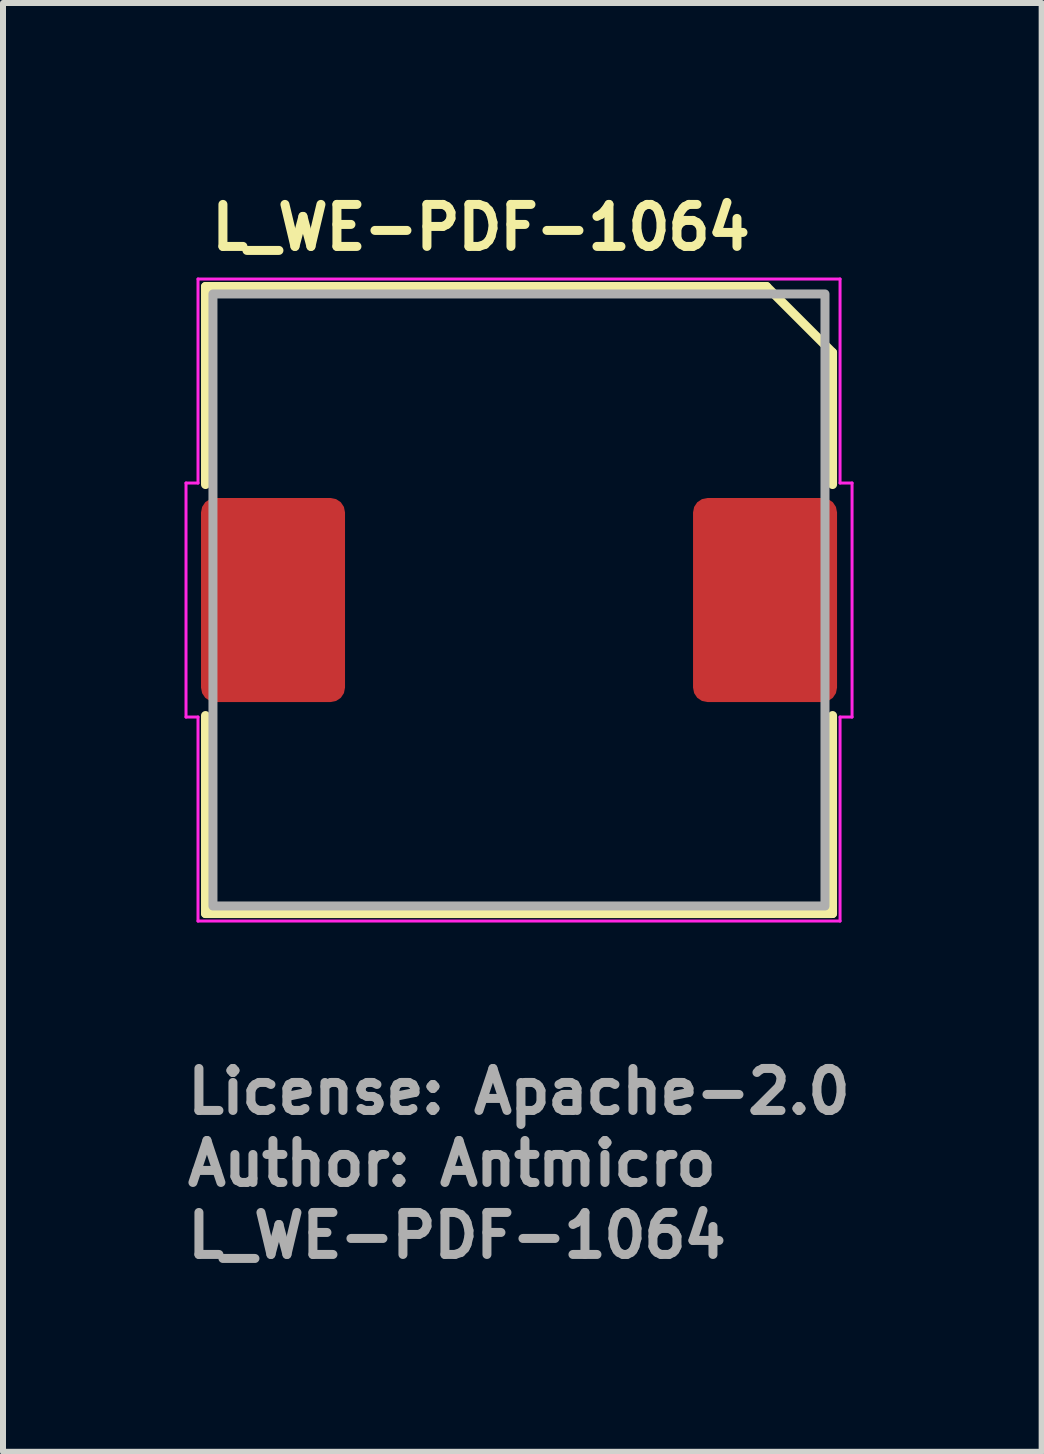
<source format=kicad_pcb>
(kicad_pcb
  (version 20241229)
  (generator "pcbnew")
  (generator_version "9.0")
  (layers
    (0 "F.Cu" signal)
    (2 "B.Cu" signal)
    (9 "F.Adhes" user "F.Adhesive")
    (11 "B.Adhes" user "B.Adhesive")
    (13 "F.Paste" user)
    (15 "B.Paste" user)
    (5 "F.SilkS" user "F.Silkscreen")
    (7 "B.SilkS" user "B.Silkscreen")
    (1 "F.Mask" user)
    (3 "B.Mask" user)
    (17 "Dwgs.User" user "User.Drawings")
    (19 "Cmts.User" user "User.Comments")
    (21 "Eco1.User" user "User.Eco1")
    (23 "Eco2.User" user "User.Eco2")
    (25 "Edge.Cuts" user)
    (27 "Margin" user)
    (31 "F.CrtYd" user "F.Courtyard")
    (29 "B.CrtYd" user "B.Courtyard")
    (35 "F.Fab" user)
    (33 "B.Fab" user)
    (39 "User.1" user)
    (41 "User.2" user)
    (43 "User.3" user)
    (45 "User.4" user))
  (footprint "L_WE-PDF-1064"
    (layer "F.Cu")
    (at 5.6 6.95)
    (property "Reference" "L_WE-PDF-1064" (at -5.2 -5.8 180) (layer "F.SilkS") (effects (font (size 0.7 0.7) (thickness 0.15)) (justify left bottom)))
    (attr smd)
    (fp_line (start -5.225 -5.225) (end 4.125 -5.225) (stroke (width 0.15) (type solid)) (layer "F.SilkS"))
    (fp_line (start -5.225 -1.925) (end -5.225 -5.225) (stroke (width 0.15) (type solid)) (layer "F.SilkS"))
    (fp_line (start -5.225 5.225) (end -5.225 1.925) (stroke (width 0.15) (type solid)) (layer "F.SilkS"))
    (fp_line (start 4.125 -5.225) (end 5.225 -4.125) (stroke (width 0.15) (type solid)) (layer "F.SilkS"))
    (fp_line (start 5.225 -4.125) (end 5.225 -1.925) (stroke (width 0.15) (type solid)) (layer "F.SilkS"))
    (fp_line (start 5.225 1.925) (end 5.225 5.225) (stroke (width 0.15) (type solid)) (layer "F.SilkS"))
    (fp_line (start 5.225 5.225) (end -5.225 5.225) (stroke (width 0.15) (type solid)) (layer "F.SilkS"))
    (fp_line (start -5.55 -1.95) (end -5.55 1.95) (stroke (width 0.05) (type solid)) (layer "F.CrtYd"))
    (fp_line (start -5.55 1.95) (end -5.35 1.95) (stroke (width 0.05) (type solid)) (layer "F.CrtYd"))
    (fp_line (start -5.35 -5.35) (end -5.35 -1.95) (stroke (width 0.05) (type solid)) (layer "F.CrtYd"))
    (fp_line (start -5.35 -1.95) (end -5.55 -1.95) (stroke (width 0.05) (type solid)) (layer "F.CrtYd"))
    (fp_line (start -5.35 1.95) (end -5.35 5.35) (stroke (width 0.05) (type solid)) (layer "F.CrtYd"))
    (fp_line (start -5.35 5.35) (end 5.35 5.35) (stroke (width 0.05) (type solid)) (layer "F.CrtYd"))
    (fp_line (start 5.35 -5.35) (end -5.35 -5.35) (stroke (width 0.05) (type solid)) (layer "F.CrtYd"))
    (fp_line (start 5.35 -1.95) (end 5.35 -5.35) (stroke (width 0.05) (type solid)) (layer "F.CrtYd"))
    (fp_line (start 5.35 1.95) (end 5.55 1.95) (stroke (width 0.05) (type solid)) (layer "F.CrtYd"))
    (fp_line (start 5.35 5.35) (end 5.35 1.95) (stroke (width 0.05) (type solid)) (layer "F.CrtYd"))
    (fp_line (start 5.55 -1.95) (end 5.35 -1.95) (stroke (width 0.05) (type solid)) (layer "F.CrtYd"))
    (fp_line (start 5.55 -1.95) (end 5.55 1.95) (stroke (width 0.05) (type solid)) (layer "F.CrtYd"))
    (fp_rect (start -5.101 -5.101) (end 5.099 5.099) (stroke (width 0.15) (type solid)) (fill no) (layer "F.Fab"))
    (fp_rect (start -5.1 -5.1) (end 5.1 5.1) (stroke (width 0.1) (type solid)) (fill no) (layer "User.5"))
    (fp_line (start -5.099 -4.099) (end -5.099 4.1) (stroke (width 0.02) (type solid)) (layer "User.9"))
    (fp_line (start -5.099 4.1) (end -5.097 4.151) (stroke (width 0.02) (type solid)) (layer "User.9"))
    (fp_line (start -5.097 -4.148) (end -5.099 -4.099) (stroke (width 0.02) (type solid)) (layer "User.9"))
    (fp_line (start -5.097 4.151) (end -5.094 4.199) (stroke (width 0.02) (type solid)) (layer "User.9"))
    (fp_line (start -5.094 -4.198) (end -5.097 -4.148) (stroke (width 0.02) (type solid)) (layer "User.9"))
    (fp_line (start -5.094 4.199) (end -5.089 4.249) (stroke (width 0.02) (type solid)) (layer "User.9"))
    (fp_line (start -5.089 -4.246) (end -5.094 -4.198) (stroke (width 0.02) (type solid)) (layer "User.9"))
    (fp_line (start -5.089 4.249) (end -5.079 4.297) (stroke (width 0.02) (type solid)) (layer "User.9"))
    (fp_line (start -5.079 -4.296) (end -5.089 -4.246) (stroke (width 0.02) (type solid)) (layer "User.9"))
    (fp_line (start -5.079 4.297) (end -5.068 4.345) (stroke (width 0.02) (type solid)) (layer "User.9"))
    (fp_line (start -5.068 -4.342) (end -5.079 -4.296) (stroke (width 0.02) (type solid)) (layer "User.9"))
    (fp_line (start -5.068 4.345) (end -5.055 4.391) (stroke (width 0.02) (type solid)) (layer "User.9"))
    (fp_line (start -5.055 -4.389) (end -5.068 -4.342) (stroke (width 0.02) (type solid)) (layer "User.9"))
    (fp_line (start -5.055 4.391) (end -5.041 4.438) (stroke (width 0.02) (type solid)) (layer "User.9"))
    (fp_line (start -5.041 -4.437) (end -5.055 -4.389) (stroke (width 0.02) (type solid)) (layer "User.9"))
    (fp_line (start -5.041 4.438) (end -5.022 4.483) (stroke (width 0.02) (type solid)) (layer "User.9"))
    (fp_line (start -5.022 -4.482) (end -5.041 -4.437) (stroke (width 0.02) (type solid)) (layer "User.9"))
    (fp_line (start -5.022 4.483) (end -5.004 4.529) (stroke (width 0.02) (type solid)) (layer "User.9"))
    (fp_line (start -5.004 -4.527) (end -5.022 -4.482) (stroke (width 0.02) (type solid)) (layer "User.9"))
    (fp_line (start -5.004 4.529) (end -4.982 4.571) (stroke (width 0.02) (type solid)) (layer "User.9"))
    (fp_line (start -4.982 -4.57) (end -5.004 -4.527) (stroke (width 0.02) (type solid)) (layer "User.9"))
    (fp_line (start -4.982 4.571) (end -4.958 4.614) (stroke (width 0.02) (type solid)) (layer "User.9"))
    (fp_line (start -4.958 -4.613) (end -4.982 -4.57) (stroke (width 0.02) (type solid)) (layer "User.9"))
    (fp_line (start -4.958 4.614) (end -4.93 4.656) (stroke (width 0.02) (type solid)) (layer "User.9"))
    (fp_line (start -4.93 -4.653) (end -4.958 -4.613) (stroke (width 0.02) (type solid)) (layer "User.9"))
    (fp_line (start -4.93 4.656) (end -4.903 4.696) (stroke (width 0.02) (type solid)) (layer "User.9"))
    (fp_line (start -4.903 -4.693) (end -4.93 -4.653) (stroke (width 0.02) (type solid)) (layer "User.9"))
    (fp_line (start -4.903 4.696) (end -4.873 4.734) (stroke (width 0.02) (type solid)) (layer "User.9"))
    (fp_line (start -4.873 -4.733) (end -4.903 -4.693) (stroke (width 0.02) (type solid)) (layer "User.9"))
    (fp_line (start -4.873 4.734) (end -4.841 4.773) (stroke (width 0.02) (type solid)) (layer "User.9"))
    (fp_line (start -4.841 -4.77) (end -4.873 -4.733) (stroke (width 0.02) (type solid)) (layer "User.9"))
    (fp_line (start -4.841 4.773) (end -4.807 4.808) (stroke (width 0.02) (type solid)) (layer "User.9"))
    (fp_line (start -4.807 -4.807) (end -4.841 -4.77) (stroke (width 0.02) (type solid)) (layer "User.9"))
    (fp_line (start -4.807 4.808) (end -4.77 4.843) (stroke (width 0.02) (type solid)) (layer "User.9"))
    (fp_line (start -4.77 -4.841) (end -4.807 -4.807) (stroke (width 0.02) (type solid)) (layer "User.9"))
    (fp_line (start -4.77 4.843) (end -4.733 4.874) (stroke (width 0.02) (type solid)) (layer "User.9"))
    (fp_line (start -4.733 -4.873) (end -4.77 -4.841) (stroke (width 0.02) (type solid)) (layer "User.9"))
    (fp_line (start -4.733 4.874) (end -4.693 4.904) (stroke (width 0.02) (type solid)) (layer "User.9"))
    (fp_line (start -4.693 -4.903) (end -4.733 -4.873) (stroke (width 0.02) (type solid)) (layer "User.9"))
    (fp_line (start -4.693 4.904) (end -4.653 4.933) (stroke (width 0.02) (type solid)) (layer "User.9"))
    (fp_line (start -4.653 -4.93) (end -4.693 -4.903) (stroke (width 0.02) (type solid)) (layer "User.9"))
    (fp_line (start -4.653 4.933) (end -4.613 4.96) (stroke (width 0.02) (type solid)) (layer "User.9"))
    (fp_line (start -4.613 -4.958) (end -4.653 -4.93) (stroke (width 0.02) (type solid)) (layer "User.9"))
    (fp_line (start -4.613 4.96) (end -4.57 4.984) (stroke (width 0.02) (type solid)) (layer "User.9"))
    (fp_line (start -4.57 -4.982) (end -4.613 -4.958) (stroke (width 0.02) (type solid)) (layer "User.9"))
    (fp_line (start -4.57 4.984) (end -4.527 5.005) (stroke (width 0.02) (type solid)) (layer "User.9"))
    (fp_line (start -4.527 -5.004) (end -4.57 -4.982) (stroke (width 0.02) (type solid)) (layer "User.9"))
    (fp_line (start -4.527 5.005) (end -4.482 5.024) (stroke (width 0.02) (type solid)) (layer "User.9"))
    (fp_line (start -4.482 -5.022) (end -4.527 -5.004) (stroke (width 0.02) (type solid)) (layer "User.9"))
    (fp_line (start -4.482 5.024) (end -4.437 5.042) (stroke (width 0.02) (type solid)) (layer "User.9"))
    (fp_line (start -4.437 -5.041) (end -4.482 -5.022) (stroke (width 0.02) (type solid)) (layer "User.9"))
    (fp_line (start -4.437 5.042) (end -4.389 5.058) (stroke (width 0.02) (type solid)) (layer "User.9"))
    (fp_line (start -4.4 -4.099) (end -4.4 -2.361) (stroke (width 0.02) (type solid)) (layer "User.9"))
    (fp_line (start -4.4 -2.361) (end -4.398 -2.35) (stroke (width 0.02) (type solid)) (layer "User.9"))
    (fp_line (start -4.398 -4.113) (end -4.4 -4.099) (stroke (width 0.02) (type solid)) (layer "User.9"))
    (fp_line (start -4.398 -2.35) (end -4.398 -2.341) (stroke (width 0.02) (type solid)) (layer "User.9"))
    (fp_line (start -4.398 -2.341) (end -4.397 -2.33) (stroke (width 0.02) (type solid)) (layer "User.9"))
    (fp_line (start -4.397 -4.129) (end -4.398 -4.113) (stroke (width 0.02) (type solid)) (layer "User.9"))
    (fp_line (start -4.397 -2.33) (end -4.395 -2.322) (stroke (width 0.02) (type solid)) (layer "User.9"))
    (fp_line (start -4.397 -0.138) (end -4.395 0.186) (stroke (width 0.02) (type solid)) (layer "User.9"))
    (fp_line (start -4.395 -4.144) (end -4.397 -4.129) (stroke (width 0.02) (type solid)) (layer "User.9"))
    (fp_line (start -4.395 -2.322) (end -4.392 -2.311) (stroke (width 0.02) (type solid)) (layer "User.9"))
    (fp_line (start -4.395 0.186) (end -4.37 0.509) (stroke (width 0.02) (type solid)) (layer "User.9"))
    (fp_line (start -4.394 -4.158) (end -4.395 -4.144) (stroke (width 0.02) (type solid)) (layer "User.9"))
    (fp_line (start -4.392 -2.311) (end -4.39 -2.302) (stroke (width 0.02) (type solid)) (layer "User.9"))
    (fp_line (start -4.39 -2.302) (end -4.387 -2.293) (stroke (width 0.02) (type solid)) (layer "User.9"))
    (fp_line (start -4.389 -5.055) (end -4.437 -5.041) (stroke (width 0.02) (type solid)) (layer "User.9"))
    (fp_line (start -4.389 -4.172) (end -4.394 -4.158) (stroke (width 0.02) (type solid)) (layer "User.9"))
    (fp_line (start -4.389 5.058) (end -4.342 5.071) (stroke (width 0.02) (type solid)) (layer "User.9"))
    (fp_line (start -4.387 -4.187) (end -4.389 -4.172) (stroke (width 0.02) (type solid)) (layer "User.9"))
    (fp_line (start -4.387 -2.293) (end -4.384 -2.284) (stroke (width 0.02) (type solid)) (layer "User.9"))
    (fp_line (start -4.384 -2.284) (end -4.379 -2.276) (stroke (width 0.02) (type solid)) (layer "User.9"))
    (fp_line (start -4.381 -4.201) (end -4.387 -4.187) (stroke (width 0.02) (type solid)) (layer "User.9"))
    (fp_line (start -4.379 -2.276) (end -4.376 -2.266) (stroke (width 0.02) (type solid)) (layer "User.9"))
    (fp_line (start -4.376 -4.214) (end -4.381 -4.201) (stroke (width 0.02) (type solid)) (layer "User.9"))
    (fp_line (start -4.376 -2.266) (end -4.371 -2.257) (stroke (width 0.02) (type solid)) (layer "User.9"))
    (fp_line (start -4.374 -0.463) (end -4.397 -0.138) (stroke (width 0.02) (type solid)) (layer "User.9"))
    (fp_line (start -4.371 -4.227) (end -4.376 -4.214) (stroke (width 0.02) (type solid)) (layer "User.9"))
    (fp_line (start -4.371 -2.257) (end -4.365 -2.249) (stroke (width 0.02) (type solid)) (layer "User.9"))
    (fp_line (start -4.37 0.509) (end -4.32 0.829) (stroke (width 0.02) (type solid)) (layer "User.9"))
    (fp_line (start -4.365 -2.249) (end -4.36 -2.241) (stroke (width 0.02) (type solid)) (layer "User.9"))
    (fp_line (start -4.363 -4.24) (end -4.371 -4.227) (stroke (width 0.02) (type solid)) (layer "User.9"))
    (fp_line (start -4.36 -2.241) (end -4.354 -2.233) (stroke (width 0.02) (type solid)) (layer "User.9"))
    (fp_line (start -4.357 -4.254) (end -4.363 -4.24) (stroke (width 0.02) (type solid)) (layer "User.9"))
    (fp_line (start -4.354 -2.233) (end -4.347 -2.226) (stroke (width 0.02) (type solid)) (layer "User.9"))
    (fp_line (start -4.349 -4.265) (end -4.357 -4.254) (stroke (width 0.02) (type solid)) (layer "User.9"))
    (fp_line (start -4.347 -2.226) (end -4.341 -2.22) (stroke (width 0.02) (type solid)) (layer "User.9"))
    (fp_line (start -4.342 -5.068) (end -4.389 -5.055) (stroke (width 0.02) (type solid)) (layer "User.9"))
    (fp_line (start -4.342 5.071) (end -4.296 5.082) (stroke (width 0.02) (type solid)) (layer "User.9"))
    (fp_line (start -4.341 -4.278) (end -4.349 -4.265) (stroke (width 0.02) (type solid)) (layer "User.9"))
    (fp_line (start -4.341 -2.22) (end -4.083 -1.961) (stroke (width 0.02) (type solid)) (layer "User.9"))
    (fp_line (start -4.331 -4.289) (end -4.341 -4.278) (stroke (width 0.02) (type solid)) (layer "User.9"))
    (fp_line (start -4.328 -0.787) (end -4.374 -0.463) (stroke (width 0.02) (type solid)) (layer "User.9"))
    (fp_line (start -4.321 -4.301) (end -4.331 -4.289) (stroke (width 0.02) (type solid)) (layer "User.9"))
    (fp_line (start -4.32 0.829) (end -4.248 1.143) (stroke (width 0.02) (type solid)) (layer "User.9"))
    (fp_line (start -4.312 -4.312) (end -4.321 -4.301) (stroke (width 0.02) (type solid)) (layer "User.9"))
    (fp_line (start -4.301 -4.321) (end -4.312 -4.312) (stroke (width 0.02) (type solid)) (layer "User.9"))
    (fp_line (start -4.296 -5.079) (end -4.342 -5.068) (stroke (width 0.02) (type solid)) (layer "User.9"))
    (fp_line (start -4.296 5.082) (end -4.246 5.09) (stroke (width 0.02) (type solid)) (layer "User.9"))
    (fp_line (start -4.289 -4.331) (end -4.301 -4.321) (stroke (width 0.02) (type solid)) (layer "User.9"))
    (fp_line (start -4.278 -4.341) (end -4.289 -4.331) (stroke (width 0.02) (type solid)) (layer "User.9"))
    (fp_line (start -4.265 -4.349) (end -4.278 -4.341) (stroke (width 0.02) (type solid)) (layer "User.9"))
    (fp_line (start -4.256 -1.108) (end -4.328 -0.787) (stroke (width 0.02) (type solid)) (layer "User.9"))
    (fp_line (start -4.254 -4.357) (end -4.265 -4.349) (stroke (width 0.02) (type solid)) (layer "User.9"))
    (fp_line (start -4.248 1.143) (end -4.153 1.454) (stroke (width 0.02) (type solid)) (layer "User.9"))
    (fp_line (start -4.246 -5.089) (end -4.296 -5.079) (stroke (width 0.02) (type solid)) (layer "User.9"))
    (fp_line (start -4.246 5.09) (end -4.198 5.096) (stroke (width 0.02) (type solid)) (layer "User.9"))
    (fp_line (start -4.24 -4.363) (end -4.254 -4.357) (stroke (width 0.02) (type solid)) (layer "User.9"))
    (fp_line (start -4.227 -4.371) (end -4.24 -4.363) (stroke (width 0.02) (type solid)) (layer "User.9"))
    (fp_line (start -4.214 -4.376) (end -4.227 -4.371) (stroke (width 0.02) (type solid)) (layer "User.9"))
    (fp_line (start -4.201 -4.381) (end -4.214 -4.376) (stroke (width 0.02) (type solid)) (layer "User.9"))
    (fp_line (start -4.198 -5.094) (end -4.246 -5.089) (stroke (width 0.02) (type solid)) (layer "User.9"))
    (fp_line (start -4.198 5.096) (end -4.148 5.1) (stroke (width 0.02) (type solid)) (layer "User.9"))
    (fp_line (start -4.187 -4.387) (end -4.201 -4.381) (stroke (width 0.02) (type solid)) (layer "User.9"))
    (fp_line (start -4.172 -4.389) (end -4.187 -4.387) (stroke (width 0.02) (type solid)) (layer "User.9"))
    (fp_line (start -4.161 -1.427) (end -4.256 -1.108) (stroke (width 0.02) (type solid)) (layer "User.9"))
    (fp_line (start -4.158 -4.394) (end -4.172 -4.389) (stroke (width 0.02) (type solid)) (layer "User.9"))
    (fp_line (start -4.153 1.454) (end -4.035 1.756) (stroke (width 0.02) (type solid)) (layer "User.9"))
    (fp_line (start -4.15 -2.052) (end -3.217 -2.983) (stroke (width 0.02) (type solid)) (layer "User.9"))
    (fp_line (start -4.15 -2.027) (end -4.15 -2.052) (stroke (width 0.02) (type solid)) (layer "User.9"))
    (fp_line (start -4.15 1.464) (end -4.15 -1.461) (stroke (width 0.02) (type solid)) (layer "User.9"))
    (fp_line (start -4.148 -5.097) (end -4.198 -5.094) (stroke (width 0.02) (type solid)) (layer "User.9"))
    (fp_line (start -4.148 5.1) (end -4.099 5.101) (stroke (width 0.02) (type solid)) (layer "User.9"))
    (fp_line (start -4.144 -4.395) (end -4.158 -4.394) (stroke (width 0.02) (type solid)) (layer "User.9"))
    (fp_line (start -4.129 -4.397) (end -4.144 -4.395) (stroke (width 0.02) (type solid)) (layer "User.9"))
    (fp_line (start -4.113 -4.398) (end -4.129 -4.397) (stroke (width 0.02) (type solid)) (layer "User.9"))
    (fp_line (start -4.099 -5.099) (end -4.148 -5.097) (stroke (width 0.02) (type solid)) (layer "User.9"))
    (fp_line (start -4.099 -4.4) (end -4.113 -4.398) (stroke (width 0.02) (type solid)) (layer "User.9"))
    (fp_line (start -4.099 0) (end -4.094 0.211) (stroke (width 0.02) (type solid)) (layer "User.9"))
    (fp_line (start -4.099 5.101) (end 4.1 5.101) (stroke (width 0.02) (type solid)) (layer "User.9"))
    (fp_line (start -4.094 -0.209) (end -4.099 0) (stroke (width 0.02) (type solid)) (layer "User.9"))
    (fp_line (start -4.094 0.211) (end -4.078 0.42) (stroke (width 0.02) (type solid)) (layer "User.9"))
    (fp_line (start -4.078 -0.418) (end -4.094 -0.209) (stroke (width 0.02) (type solid)) (layer "User.9"))
    (fp_line (start -4.078 0.42) (end -4.052 0.625) (stroke (width 0.02) (type solid)) (layer "User.9"))
    (fp_line (start -4.071 -1.949) (end -4.083 -1.961) (stroke (width 0.02) (type solid)) (layer "User.9"))
    (fp_line (start -4.068 -3.836) (end -3.012 -2.78) (stroke (width 0.02) (type solid)) (layer "User.9"))
    (fp_line (start -4.065 -3.833) (end -4.4 -3.499) (stroke (width 0.02) (type solid)) (layer "User.9"))
    (fp_line (start -4.062 -1.937) (end -4.071 -1.949) (stroke (width 0.02) (type solid)) (layer "User.9"))
    (fp_line (start -4.054 -1.925) (end -4.062 -1.937) (stroke (width 0.02) (type solid)) (layer "User.9"))
    (fp_line (start -4.052 -0.623) (end -4.078 -0.418) (stroke (width 0.02) (type solid)) (layer "User.9"))
    (fp_line (start -4.052 0.625) (end -4.015 0.828) (stroke (width 0.02) (type solid)) (layer "User.9"))
    (fp_line (start -4.046 -1.912) (end -4.054 -1.925) (stroke (width 0.02) (type solid)) (layer "User.9"))
    (fp_line (start -4.041 -1.9) (end -4.046 -1.912) (stroke (width 0.02) (type solid)) (layer "User.9"))
    (fp_line (start -4.039 -1.741) (end -4.161 -1.427) (stroke (width 0.02) (type solid)) (layer "User.9"))
    (fp_line (start -4.039 -1.741) (end -4.035 -1.755) (stroke (width 0.02) (type solid)) (layer "User.9"))
    (fp_line (start -4.035 -1.886) (end -4.041 -1.9) (stroke (width 0.02) (type solid)) (layer "User.9"))
    (fp_line (start -4.035 -1.755) (end -4.03 -1.769) (stroke (width 0.02) (type solid)) (layer "User.9"))
    (fp_line (start -4.035 1.756) (end -3.894 2.049) (stroke (width 0.02) (type solid)) (layer "User.9"))
    (fp_line (start -4.03 -1.872) (end -4.035 -1.886) (stroke (width 0.02) (type solid)) (layer "User.9"))
    (fp_line (start -4.03 -1.769) (end -4.027 -1.783) (stroke (width 0.02) (type solid)) (layer "User.9"))
    (fp_line (start -4.028 -1.856) (end -4.03 -1.872) (stroke (width 0.02) (type solid)) (layer "User.9"))
    (fp_line (start -4.027 -1.783) (end -4.025 -1.798) (stroke (width 0.02) (type solid)) (layer "User.9"))
    (fp_line (start -4.025 -1.842) (end -4.028 -1.856) (stroke (width 0.02) (type solid)) (layer "User.9"))
    (fp_line (start -4.025 -1.798) (end -4.023 -1.814) (stroke (width 0.02) (type solid)) (layer "User.9"))
    (fp_line (start -4.023 -1.828) (end -4.025 -1.842) (stroke (width 0.02) (type solid)) (layer "User.9"))
    (fp_line (start -4.023 -1.814) (end -4.023 -1.828) (stroke (width 0.02) (type solid)) (layer "User.9"))
    (fp_line (start -4.015 -0.826) (end -4.052 -0.623) (stroke (width 0.02) (type solid)) (layer "User.9"))
    (fp_line (start -4.015 0.828) (end -3.97 1.025) (stroke (width 0.02) (type solid)) (layer "User.9"))
    (fp_line (start -3.999 0) (end -3.994 0.207) (stroke (width 0.02) (type solid)) (layer "User.9"))
    (fp_line (start -3.994 -0.205) (end -3.999 0) (stroke (width 0.02) (type solid)) (layer "User.9"))
    (fp_line (start -3.994 0.207) (end -3.979 0.41) (stroke (width 0.02) (type solid)) (layer "User.9"))
    (fp_line (start -3.979 -0.408) (end -3.994 -0.205) (stroke (width 0.02) (type solid)) (layer "User.9"))
    (fp_line (start -3.979 0.41) (end -3.953 0.61) (stroke (width 0.02) (type solid)) (layer "User.9"))
    (fp_line (start -3.97 -1.024) (end -4.015 -0.826) (stroke (width 0.02) (type solid)) (layer "User.9"))
    (fp_line (start -3.97 1.025) (end -3.914 1.22) (stroke (width 0.02) (type solid)) (layer "User.9"))
    (fp_line (start -3.953 -0.608) (end -3.979 -0.408) (stroke (width 0.02) (type solid)) (layer "User.9"))
    (fp_line (start -3.953 0.61) (end -3.918 0.808) (stroke (width 0.02) (type solid)) (layer "User.9"))
    (fp_line (start -3.918 -0.806) (end -3.953 -0.608) (stroke (width 0.02) (type solid)) (layer "User.9"))
    (fp_line (start -3.918 0.808) (end -3.874 1) (stroke (width 0.02) (type solid)) (layer "User.9"))
    (fp_line (start -3.914 -1.219) (end -3.97 -1.024) (stroke (width 0.02) (type solid)) (layer "User.9"))
    (fp_line (start -3.914 1.22) (end -3.85 1.41) (stroke (width 0.02) (type solid)) (layer "User.9"))
    (fp_line (start -3.894 2.049) (end -3.73 2.334) (stroke (width 0.02) (type solid)) (layer "User.9"))
    (fp_line (start -3.874 -0.998) (end -3.918 -0.806) (stroke (width 0.02) (type solid)) (layer "User.9"))
    (fp_line (start -3.874 1) (end -3.82 1.19) (stroke (width 0.02) (type solid)) (layer "User.9"))
    (fp_line (start -3.85 -1.409) (end -3.914 -1.219) (stroke (width 0.02) (type solid)) (layer "User.9"))
    (fp_line (start -3.85 1.41) (end -3.777 1.597) (stroke (width 0.02) (type solid)) (layer "User.9"))
    (fp_line (start -3.836 -4.068) (end -4.068 -3.836) (stroke (width 0.02) (type solid)) (layer "User.9"))
    (fp_line (start -3.833 -4.065) (end -3.691 -4.208) (stroke (width 0.02) (type solid)) (layer "User.9"))
    (fp_line (start -3.82 -1.189) (end -3.874 -0.998) (stroke (width 0.02) (type solid)) (layer "User.9"))
    (fp_line (start -3.82 1.19) (end -3.757 1.377) (stroke (width 0.02) (type solid)) (layer "User.9"))
    (fp_line (start -3.777 -1.594) (end -3.85 -1.409) (stroke (width 0.02) (type solid)) (layer "User.9"))
    (fp_line (start -3.777 1.597) (end -3.695 1.778) (stroke (width 0.02) (type solid)) (layer "User.9"))
    (fp_line (start -3.757 -1.374) (end -3.82 -1.189) (stroke (width 0.02) (type solid)) (layer "User.9"))
    (fp_line (start -3.757 1.377) (end -3.684 1.557) (stroke (width 0.02) (type solid)) (layer "User.9"))
    (fp_line (start -3.73 2.334) (end -3.546 2.605) (stroke (width 0.02) (type solid)) (layer "User.9"))
    (fp_line (start -3.695 -1.777) (end -3.777 -1.594) (stroke (width 0.02) (type solid)) (layer "User.9"))
    (fp_line (start -3.695 1.778) (end -3.604 1.956) (stroke (width 0.02) (type solid)) (layer "User.9"))
    (fp_line (start -3.691 -4.208) (end -2.842 -3.358) (stroke (width 0.02) (type solid)) (layer "User.9"))
    (fp_line (start -3.684 -1.556) (end -3.757 -1.374) (stroke (width 0.02) (type solid)) (layer "User.9"))
    (fp_line (start -3.684 1.557) (end -3.604 1.736) (stroke (width 0.02) (type solid)) (layer "User.9"))
    (fp_line (start -3.604 -1.953) (end -3.695 -1.777) (stroke (width 0.02) (type solid)) (layer "User.9"))
    (fp_line (start -3.604 -1.733) (end -3.684 -1.556) (stroke (width 0.02) (type solid)) (layer "User.9"))
    (fp_line (start -3.604 1.736) (end -3.516 1.907) (stroke (width 0.02) (type solid)) (layer "User.9"))
    (fp_line (start -3.604 1.956) (end -3.506 2.126) (stroke (width 0.02) (type solid)) (layer "User.9"))
    (fp_line (start -3.546 2.605) (end -3.338 2.866) (stroke (width 0.02) (type solid)) (layer "User.9"))
    (fp_line (start -3.516 -1.906) (end -3.604 -1.733) (stroke (width 0.02) (type solid)) (layer "User.9"))
    (fp_line (start -3.516 1.907) (end -3.419 2.076) (stroke (width 0.02) (type solid)) (layer "User.9"))
    (fp_line (start -3.506 -2.124) (end -3.604 -1.953) (stroke (width 0.02) (type solid)) (layer "User.9"))
    (fp_line (start -3.506 2.126) (end -3.398 2.294) (stroke (width 0.02) (type solid)) (layer "User.9"))
    (fp_line (start -3.419 -2.073) (end -3.516 -1.906) (stroke (width 0.02) (type solid)) (layer "User.9"))
    (fp_line (start -3.419 2.076) (end -3.316 2.238) (stroke (width 0.02) (type solid)) (layer "User.9"))
    (fp_line (start -3.398 -2.292) (end -3.506 -2.124) (stroke (width 0.02) (type solid)) (layer "User.9"))
    (fp_line (start -3.398 2.294) (end -3.285 2.455) (stroke (width 0.02) (type solid)) (layer "User.9"))
    (fp_line (start -3.338 2.866) (end -3.111 3.113) (stroke (width 0.02) (type solid)) (layer "User.9"))
    (fp_line (start -3.316 -2.236) (end -3.419 -2.073) (stroke (width 0.02) (type solid)) (layer "User.9"))
    (fp_line (start -3.316 2.238) (end -3.205 2.395) (stroke (width 0.02) (type solid)) (layer "User.9"))
    (fp_line (start -3.285 -2.452) (end -3.398 -2.292) (stroke (width 0.02) (type solid)) (layer "User.9"))
    (fp_line (start -3.285 2.455) (end -3.163 2.609) (stroke (width 0.02) (type solid)) (layer "User.9"))
    (fp_line (start -3.232 -3.748) (end -3.123 -3.839) (stroke (width 0.02) (type solid)) (layer "User.9"))
    (fp_line (start -3.205 -2.393) (end -3.316 -2.236) (stroke (width 0.02) (type solid)) (layer "User.9"))
    (fp_line (start -3.205 2.395) (end -3.085 2.545) (stroke (width 0.02) (type solid)) (layer "User.9"))
    (fp_line (start -3.163 -2.607) (end -3.285 -2.452) (stroke (width 0.02) (type solid)) (layer "User.9"))
    (fp_line (start -3.163 2.609) (end -3.034 2.758) (stroke (width 0.02) (type solid)) (layer "User.9"))
    (fp_line (start -3.123 -3.839) (end -3.011 -3.927) (stroke (width 0.02) (type solid)) (layer "User.9"))
    (fp_line (start -3.111 3.113) (end -2.863 3.34) (stroke (width 0.02) (type solid)) (layer "User.9"))
    (fp_line (start -3.085 -2.543) (end -3.205 -2.393) (stroke (width 0.02) (type solid)) (layer "User.9"))
    (fp_line (start -3.085 2.545) (end -2.959 2.69) (stroke (width 0.02) (type solid)) (layer "User.9"))
    (fp_line (start -3.034 -2.756) (end -3.163 -2.607) (stroke (width 0.02) (type solid)) (layer "User.9"))
    (fp_line (start -3.034 2.758) (end -2.898 2.9) (stroke (width 0.02) (type solid)) (layer "User.9"))
    (fp_line (start -3.011 -3.927) (end -2.897 -4.012) (stroke (width 0.02) (type solid)) (layer "User.9"))
    (fp_line (start -2.983 -3.217) (end -3.833 -4.065) (stroke (width 0.02) (type solid)) (layer "User.9"))
    (fp_line (start -2.983 -3.217) (end -2.78 -3.012) (stroke (width 0.02) (type solid)) (layer "User.9"))
    (fp_line (start -2.959 -2.689) (end -3.085 -2.543) (stroke (width 0.02) (type solid)) (layer "User.9"))
    (fp_line (start -2.959 2.69) (end -2.827 2.83) (stroke (width 0.02) (type solid)) (layer "User.9"))
    (fp_line (start -2.898 -2.898) (end -3.034 -2.756) (stroke (width 0.02) (type solid)) (layer "User.9"))
    (fp_line (start -2.898 2.9) (end -2.756 3.036) (stroke (width 0.02) (type solid)) (layer "User.9"))
    (fp_line (start -2.897 -4.012) (end -2.78 -4.094) (stroke (width 0.02) (type solid)) (layer "User.9"))
    (fp_line (start -2.863 3.34) (end -2.604 3.548) (stroke (width 0.02) (type solid)) (layer "User.9"))
    (fp_line (start -2.854 3.35) (end -3.347 2.855) (stroke (width 0.02) (type solid)) (layer "User.9"))
    (fp_line (start -2.842 -3.358) (end -2.983 -3.217) (stroke (width 0.02) (type solid)) (layer "User.9"))
    (fp_line (start -2.827 -2.827) (end -2.959 -2.689) (stroke (width 0.02) (type solid)) (layer "User.9"))
    (fp_line (start -2.827 2.83) (end -2.689 2.961) (stroke (width 0.02) (type solid)) (layer "User.9"))
    (fp_line (start -2.78 -4.094) (end -2.66 -4.172) (stroke (width 0.02) (type solid)) (layer "User.9"))
    (fp_line (start -2.756 -3.034) (end -2.898 -2.898) (stroke (width 0.02) (type solid)) (layer "User.9"))
    (fp_line (start -2.756 3.036) (end -2.607 3.165) (stroke (width 0.02) (type solid)) (layer "User.9"))
    (fp_line (start -2.689 -2.959) (end -2.827 -2.827) (stroke (width 0.02) (type solid)) (layer "User.9"))
    (fp_line (start -2.689 2.961) (end -2.543 3.088) (stroke (width 0.02) (type solid)) (layer "User.9"))
    (fp_line (start -2.66 -4.172) (end -2.539 -4.248) (stroke (width 0.02) (type solid)) (layer "User.9"))
    (fp_line (start -2.607 -3.163) (end -2.756 -3.034) (stroke (width 0.02) (type solid)) (layer "User.9"))
    (fp_line (start -2.607 3.165) (end -2.452 3.286) (stroke (width 0.02) (type solid)) (layer "User.9"))
    (fp_line (start -2.604 3.548) (end -2.331 3.733) (stroke (width 0.02) (type solid)) (layer "User.9"))
    (fp_line (start -2.543 -3.085) (end -2.689 -2.959) (stroke (width 0.02) (type solid)) (layer "User.9"))
    (fp_line (start -2.543 3.088) (end -2.393 3.206) (stroke (width 0.02) (type solid)) (layer "User.9"))
    (fp_line (start -2.539 -4.248) (end -2.417 -4.318) (stroke (width 0.02) (type solid)) (layer "User.9"))
    (fp_line (start -2.452 -3.285) (end -2.607 -3.163) (stroke (width 0.02) (type solid)) (layer "User.9"))
    (fp_line (start -2.452 3.286) (end -2.292 3.4) (stroke (width 0.02) (type solid)) (layer "User.9"))
    (fp_line (start -2.417 -4.318) (end -2.29 -4.387) (stroke (width 0.02) (type solid)) (layer "User.9"))
    (fp_line (start -2.393 -3.205) (end -2.543 -3.085) (stroke (width 0.02) (type solid)) (layer "User.9"))
    (fp_line (start -2.393 3.206) (end -2.236 3.318) (stroke (width 0.02) (type solid)) (layer "User.9"))
    (fp_line (start -2.361 -4.4) (end -4.099 -4.4) (stroke (width 0.02) (type solid)) (layer "User.9"))
    (fp_line (start -2.35 -4.398) (end -2.361 -4.4) (stroke (width 0.02) (type solid)) (layer "User.9"))
    (fp_line (start -2.341 -4.398) (end -2.35 -4.398) (stroke (width 0.02) (type solid)) (layer "User.9"))
    (fp_line (start -2.331 3.733) (end -2.048 3.895) (stroke (width 0.02) (type solid)) (layer "User.9"))
    (fp_line (start -2.33 -4.397) (end -2.341 -4.398) (stroke (width 0.02) (type solid)) (layer "User.9"))
    (fp_line (start -2.322 -4.395) (end -2.33 -4.397) (stroke (width 0.02) (type solid)) (layer "User.9"))
    (fp_line (start -2.311 -4.392) (end -2.322 -4.395) (stroke (width 0.02) (type solid)) (layer "User.9"))
    (fp_line (start -2.302 -4.39) (end -2.311 -4.392) (stroke (width 0.02) (type solid)) (layer "User.9"))
    (fp_line (start -2.293 -4.387) (end -2.302 -4.39) (stroke (width 0.02) (type solid)) (layer "User.9"))
    (fp_line (start -2.292 -3.398) (end -2.452 -3.285) (stroke (width 0.02) (type solid)) (layer "User.9"))
    (fp_line (start -2.292 3.4) (end -2.124 3.508) (stroke (width 0.02) (type solid)) (layer "User.9"))
    (fp_line (start -2.284 -4.384) (end -2.293 -4.387) (stroke (width 0.02) (type solid)) (layer "User.9"))
    (fp_line (start -2.276 -4.379) (end -2.284 -4.384) (stroke (width 0.02) (type solid)) (layer "User.9"))
    (fp_line (start -2.266 -4.376) (end -2.276 -4.379) (stroke (width 0.02) (type solid)) (layer "User.9"))
    (fp_line (start -2.257 -4.371) (end -2.266 -4.376) (stroke (width 0.02) (type solid)) (layer "User.9"))
    (fp_line (start -2.249 -4.365) (end -2.257 -4.371) (stroke (width 0.02) (type solid)) (layer "User.9"))
    (fp_line (start -2.241 -4.36) (end -2.249 -4.365) (stroke (width 0.02) (type solid)) (layer "User.9"))
    (fp_line (start -2.236 -3.316) (end -2.393 -3.205) (stroke (width 0.02) (type solid)) (layer "User.9"))
    (fp_line (start -2.236 3.318) (end -2.073 3.422) (stroke (width 0.02) (type solid)) (layer "User.9"))
    (fp_line (start -2.233 -4.354) (end -2.241 -4.36) (stroke (width 0.02) (type solid)) (layer "User.9"))
    (fp_line (start -2.226 -4.347) (end -2.233 -4.354) (stroke (width 0.02) (type solid)) (layer "User.9"))
    (fp_line (start -2.22 -4.341) (end -2.226 -4.347) (stroke (width 0.02) (type solid)) (layer "User.9"))
    (fp_line (start -2.124 -3.506) (end -2.292 -3.398) (stroke (width 0.02) (type solid)) (layer "User.9"))
    (fp_line (start -2.124 3.508) (end -1.953 3.606) (stroke (width 0.02) (type solid)) (layer "User.9"))
    (fp_line (start -2.073 -3.419) (end -2.236 -3.316) (stroke (width 0.02) (type solid)) (layer "User.9"))
    (fp_line (start -2.073 3.422) (end -1.906 3.519) (stroke (width 0.02) (type solid)) (layer "User.9"))
    (fp_line (start -2.048 3.895) (end -1.753 4.037) (stroke (width 0.02) (type solid)) (layer "User.9"))
    (fp_line (start -1.961 -4.083) (end -2.22 -4.341) (stroke (width 0.02) (type solid)) (layer "User.9"))
    (fp_line (start -1.961 -4.083) (end -1.949 -4.071) (stroke (width 0.02) (type solid)) (layer "User.9"))
    (fp_line (start -1.953 -3.604) (end -2.124 -3.506) (stroke (width 0.02) (type solid)) (layer "User.9"))
    (fp_line (start -1.953 3.606) (end -1.777 3.697) (stroke (width 0.02) (type solid)) (layer "User.9"))
    (fp_line (start -1.949 -4.071) (end -1.937 -4.062) (stroke (width 0.02) (type solid)) (layer "User.9"))
    (fp_line (start -1.937 -4.062) (end -1.925 -4.054) (stroke (width 0.02) (type solid)) (layer "User.9"))
    (fp_line (start -1.925 -4.054) (end -1.912 -4.046) (stroke (width 0.02) (type solid)) (layer "User.9"))
    (fp_line (start -1.912 -4.046) (end -1.9 -4.041) (stroke (width 0.02) (type solid)) (layer "User.9"))
    (fp_line (start -1.906 -3.516) (end -2.073 -3.419) (stroke (width 0.02) (type solid)) (layer "User.9"))
    (fp_line (start -1.906 3.519) (end -1.733 3.606) (stroke (width 0.02) (type solid)) (layer "User.9"))
    (fp_line (start -1.9 -4.041) (end -1.886 -4.035) (stroke (width 0.02) (type solid)) (layer "User.9"))
    (fp_line (start -1.886 -4.035) (end -1.872 -4.03) (stroke (width 0.02) (type solid)) (layer "User.9"))
    (fp_line (start -1.872 -4.03) (end -1.856 -4.028) (stroke (width 0.02) (type solid)) (layer "User.9"))
    (fp_line (start -1.856 -4.028) (end -1.842 -4.025) (stroke (width 0.02) (type solid)) (layer "User.9"))
    (fp_line (start -1.842 -4.025) (end -1.828 -4.023) (stroke (width 0.02) (type solid)) (layer "User.9"))
    (fp_line (start -1.828 -4.023) (end -1.814 -4.023) (stroke (width 0.02) (type solid)) (layer "User.9"))
    (fp_line (start -1.814 -4.023) (end -1.798 -4.025) (stroke (width 0.02) (type solid)) (layer "User.9"))
    (fp_line (start -1.798 -4.025) (end -1.783 -4.027) (stroke (width 0.02) (type solid)) (layer "User.9"))
    (fp_line (start -1.783 -4.027) (end -1.769 -4.03) (stroke (width 0.02) (type solid)) (layer "User.9"))
    (fp_line (start -1.777 -3.695) (end -1.953 -3.604) (stroke (width 0.02) (type solid)) (layer "User.9"))
    (fp_line (start -1.777 3.697) (end -1.594 3.778) (stroke (width 0.02) (type solid)) (layer "User.9"))
    (fp_line (start -1.769 -4.03) (end -1.755 -4.035) (stroke (width 0.02) (type solid)) (layer "User.9"))
    (fp_line (start -1.755 -4.035) (end -1.741 -4.039) (stroke (width 0.02) (type solid)) (layer "User.9"))
    (fp_line (start -1.753 4.037) (end -1.451 4.154) (stroke (width 0.02) (type solid)) (layer "User.9"))
    (fp_line (start -1.733 -3.604) (end -1.906 -3.516) (stroke (width 0.02) (type solid)) (layer "User.9"))
    (fp_line (start -1.733 3.606) (end -1.556 3.686) (stroke (width 0.02) (type solid)) (layer "User.9"))
    (fp_line (start -1.594 -3.777) (end -1.777 -3.695) (stroke (width 0.02) (type solid)) (layer "User.9"))
    (fp_line (start -1.594 3.778) (end -1.409 3.852) (stroke (width 0.02) (type solid)) (layer "User.9"))
    (fp_line (start -1.556 -3.684) (end -1.733 -3.604) (stroke (width 0.02) (type solid)) (layer "User.9"))
    (fp_line (start -1.556 3.686) (end -1.374 3.758) (stroke (width 0.02) (type solid)) (layer "User.9"))
    (fp_line (start -1.451 4.154) (end -1.142 4.249) (stroke (width 0.02) (type solid)) (layer "User.9"))
    (fp_line (start -1.427 -4.161) (end -1.741 -4.039) (stroke (width 0.02) (type solid)) (layer "User.9"))
    (fp_line (start -1.409 -3.85) (end -1.594 -3.777) (stroke (width 0.02) (type solid)) (layer "User.9"))
    (fp_line (start -1.409 3.852) (end -1.219 3.916) (stroke (width 0.02) (type solid)) (layer "User.9"))
    (fp_line (start -1.374 -3.757) (end -1.556 -3.684) (stroke (width 0.02) (type solid)) (layer "User.9"))
    (fp_line (start -1.374 3.758) (end -1.189 3.822) (stroke (width 0.02) (type solid)) (layer "User.9"))
    (fp_line (start -1.219 -3.914) (end -1.409 -3.85) (stroke (width 0.02) (type solid)) (layer "User.9"))
    (fp_line (start -1.219 3.916) (end -1.024 3.972) (stroke (width 0.02) (type solid)) (layer "User.9"))
    (fp_line (start -1.189 -3.82) (end -1.374 -3.757) (stroke (width 0.02) (type solid)) (layer "User.9"))
    (fp_line (start -1.189 3.822) (end -0.998 3.875) (stroke (width 0.02) (type solid)) (layer "User.9"))
    (fp_line (start -1.142 4.249) (end -0.827 4.322) (stroke (width 0.02) (type solid)) (layer "User.9"))
    (fp_line (start -1.108 -4.256) (end -1.427 -4.161) (stroke (width 0.02) (type solid)) (layer "User.9"))
    (fp_line (start -1.024 -3.97) (end -1.219 -3.914) (stroke (width 0.02) (type solid)) (layer "User.9"))
    (fp_line (start -1.024 3.972) (end -0.826 4.018) (stroke (width 0.02) (type solid)) (layer "User.9"))
    (fp_line (start -0.998 -3.874) (end -1.189 -3.82) (stroke (width 0.02) (type solid)) (layer "User.9"))
    (fp_line (start -0.998 3.875) (end -0.806 3.919) (stroke (width 0.02) (type solid)) (layer "User.9"))
    (fp_line (start -0.827 4.322) (end -0.507 4.372) (stroke (width 0.02) (type solid)) (layer "User.9"))
    (fp_line (start -0.826 -4.015) (end -1.024 -3.97) (stroke (width 0.02) (type solid)) (layer "User.9"))
    (fp_line (start -0.826 4.018) (end -0.623 4.053) (stroke (width 0.02) (type solid)) (layer "User.9"))
    (fp_line (start -0.806 -3.918) (end -0.998 -3.874) (stroke (width 0.02) (type solid)) (layer "User.9"))
    (fp_line (start -0.806 3.919) (end -0.608 3.955) (stroke (width 0.02) (type solid)) (layer "User.9"))
    (fp_line (start -0.787 -4.328) (end -1.108 -4.256) (stroke (width 0.02) (type solid)) (layer "User.9"))
    (fp_line (start -0.623 -4.052) (end -0.826 -4.015) (stroke (width 0.02) (type solid)) (layer "User.9"))
    (fp_line (start -0.623 4.053) (end -0.418 4.079) (stroke (width 0.02) (type solid)) (layer "User.9"))
    (fp_line (start -0.608 -3.953) (end -0.806 -3.918) (stroke (width 0.02) (type solid)) (layer "User.9"))
    (fp_line (start -0.608 3.955) (end -0.408 3.98) (stroke (width 0.02) (type solid)) (layer "User.9"))
    (fp_line (start -0.507 4.372) (end -0.184 4.398) (stroke (width 0.02) (type solid)) (layer "User.9"))
    (fp_line (start -0.463 -4.374) (end -0.787 -4.328) (stroke (width 0.02) (type solid)) (layer "User.9"))
    (fp_line (start -0.418 -4.078) (end -0.623 -4.052) (stroke (width 0.02) (type solid)) (layer "User.9"))
    (fp_line (start -0.418 4.079) (end -0.209 4.095) (stroke (width 0.02) (type solid)) (layer "User.9"))
    (fp_line (start -0.408 -3.979) (end -0.608 -3.953) (stroke (width 0.02) (type solid)) (layer "User.9"))
    (fp_line (start -0.408 3.98) (end -0.205 3.996) (stroke (width 0.02) (type solid)) (layer "User.9"))
    (fp_line (start -0.209 -4.094) (end -0.418 -4.078) (stroke (width 0.02) (type solid)) (layer "User.9"))
    (fp_line (start -0.209 4.095) (end 0 4.1) (stroke (width 0.02) (type solid)) (layer "User.9"))
    (fp_line (start -0.205 -3.994) (end -0.408 -3.979) (stroke (width 0.02) (type solid)) (layer "User.9"))
    (fp_line (start -0.205 3.996) (end 0 4) (stroke (width 0.02) (type solid)) (layer "User.9"))
    (fp_line (start -0.184 4.398) (end 0.14 4.398) (stroke (width 0.02) (type solid)) (layer "User.9"))
    (fp_line (start -0.138 -4.397) (end -0.463 -4.374) (stroke (width 0.02) (type solid)) (layer "User.9"))
    (fp_line (start 0 -4.099) (end -0.209 -4.094) (stroke (width 0.02) (type solid)) (layer "User.9"))
    (fp_line (start 0 -3.999) (end -0.205 -3.994) (stroke (width 0.02) (type solid)) (layer "User.9"))
    (fp_line (start 0 4) (end 0.207 3.996) (stroke (width 0.02) (type solid)) (layer "User.9"))
    (fp_line (start 0 4.1) (end 0.211 4.095) (stroke (width 0.02) (type solid)) (layer "User.9"))
    (fp_line (start 0.14 4.398) (end 0.465 4.377) (stroke (width 0.02) (type solid)) (layer "User.9"))
    (fp_line (start 0.186 -4.395) (end -0.138 -4.397) (stroke (width 0.02) (type solid)) (layer "User.9"))
    (fp_line (start 0.207 -3.994) (end 0 -3.999) (stroke (width 0.02) (type solid)) (layer "User.9"))
    (fp_line (start 0.207 3.996) (end 0.41 3.98) (stroke (width 0.02) (type solid)) (layer "User.9"))
    (fp_line (start 0.211 -4.094) (end 0 -4.099) (stroke (width 0.02) (type solid)) (layer "User.9"))
    (fp_line (start 0.211 4.095) (end 0.42 4.079) (stroke (width 0.02) (type solid)) (layer "User.9"))
    (fp_line (start 0.41 -3.979) (end 0.207 -3.994) (stroke (width 0.02) (type solid)) (layer "User.9"))
    (fp_line (start 0.41 3.98) (end 0.61 3.955) (stroke (width 0.02) (type solid)) (layer "User.9"))
    (fp_line (start 0.42 -4.078) (end 0.211 -4.094) (stroke (width 0.02) (type solid)) (layer "User.9"))
    (fp_line (start 0.42 4.079) (end 0.625 4.053) (stroke (width 0.02) (type solid)) (layer "User.9"))
    (fp_line (start 0.465 4.377) (end 0.789 4.33) (stroke (width 0.02) (type solid)) (layer "User.9"))
    (fp_line (start 0.509 -4.37) (end 0.186 -4.395) (stroke (width 0.02) (type solid)) (layer "User.9"))
    (fp_line (start 0.61 -3.953) (end 0.41 -3.979) (stroke (width 0.02) (type solid)) (layer "User.9"))
    (fp_line (start 0.61 3.955) (end 0.808 3.919) (stroke (width 0.02) (type solid)) (layer "User.9"))
    (fp_line (start 0.625 -4.052) (end 0.42 -4.078) (stroke (width 0.02) (type solid)) (layer "User.9"))
    (fp_line (start 0.625 4.053) (end 0.828 4.018) (stroke (width 0.02) (type solid)) (layer "User.9"))
    (fp_line (start 0.789 4.33) (end 1.111 4.258) (stroke (width 0.02) (type solid)) (layer "User.9"))
    (fp_line (start 0.808 -3.918) (end 0.61 -3.953) (stroke (width 0.02) (type solid)) (layer "User.9"))
    (fp_line (start 0.808 3.919) (end 1 3.875) (stroke (width 0.02) (type solid)) (layer "User.9"))
    (fp_line (start 0.828 -4.015) (end 0.625 -4.052) (stroke (width 0.02) (type solid)) (layer "User.9"))
    (fp_line (start 0.828 4.018) (end 1.025 3.972) (stroke (width 0.02) (type solid)) (layer "User.9"))
    (fp_line (start 0.829 -4.32) (end 0.509 -4.37) (stroke (width 0.02) (type solid)) (layer "User.9"))
    (fp_line (start 1 -3.874) (end 0.808 -3.918) (stroke (width 0.02) (type solid)) (layer "User.9"))
    (fp_line (start 1 3.875) (end 1.19 3.822) (stroke (width 0.02) (type solid)) (layer "User.9"))
    (fp_line (start 1.025 -3.97) (end 0.828 -4.015) (stroke (width 0.02) (type solid)) (layer "User.9"))
    (fp_line (start 1.025 3.972) (end 1.22 3.916) (stroke (width 0.02) (type solid)) (layer "User.9"))
    (fp_line (start 1.111 4.258) (end 1.428 4.162) (stroke (width 0.02) (type solid)) (layer "User.9"))
    (fp_line (start 1.143 -4.248) (end 0.829 -4.32) (stroke (width 0.02) (type solid)) (layer "User.9"))
    (fp_line (start 1.19 -3.82) (end 1 -3.874) (stroke (width 0.02) (type solid)) (layer "User.9"))
    (fp_line (start 1.19 3.822) (end 1.377 3.758) (stroke (width 0.02) (type solid)) (layer "User.9"))
    (fp_line (start 1.22 -3.914) (end 1.025 -3.97) (stroke (width 0.02) (type solid)) (layer "User.9"))
    (fp_line (start 1.22 3.916) (end 1.41 3.852) (stroke (width 0.02) (type solid)) (layer "User.9"))
    (fp_line (start 1.377 -3.757) (end 1.19 -3.82) (stroke (width 0.02) (type solid)) (layer "User.9"))
    (fp_line (start 1.377 3.758) (end 1.557 3.686) (stroke (width 0.02) (type solid)) (layer "User.9"))
    (fp_line (start 1.41 -3.85) (end 1.22 -3.914) (stroke (width 0.02) (type solid)) (layer "User.9"))
    (fp_line (start 1.41 3.852) (end 1.597 3.778) (stroke (width 0.02) (type solid)) (layer "User.9"))
    (fp_line (start 1.428 4.162) (end 1.742 4.042) (stroke (width 0.02) (type solid)) (layer "User.9"))
    (fp_line (start 1.454 -4.153) (end 1.143 -4.248) (stroke (width 0.02) (type solid)) (layer "User.9"))
    (fp_line (start 1.557 -3.684) (end 1.377 -3.757) (stroke (width 0.02) (type solid)) (layer "User.9"))
    (fp_line (start 1.557 3.686) (end 1.736 3.606) (stroke (width 0.02) (type solid)) (layer "User.9"))
    (fp_line (start 1.597 -3.777) (end 1.41 -3.85) (stroke (width 0.02) (type solid)) (layer "User.9"))
    (fp_line (start 1.597 3.778) (end 1.778 3.697) (stroke (width 0.02) (type solid)) (layer "User.9"))
    (fp_line (start 1.736 -3.604) (end 1.557 -3.684) (stroke (width 0.02) (type solid)) (layer "User.9"))
    (fp_line (start 1.736 3.606) (end 1.907 3.519) (stroke (width 0.02) (type solid)) (layer "User.9"))
    (fp_line (start 1.756 -4.035) (end 1.454 -4.153) (stroke (width 0.02) (type solid)) (layer "User.9"))
    (fp_line (start 1.756 4.037) (end 1.742 4.042) (stroke (width 0.02) (type solid)) (layer "User.9"))
    (fp_line (start 1.77 4.031) (end 1.756 4.037) (stroke (width 0.02) (type solid)) (layer "User.9"))
    (fp_line (start 1.778 -3.695) (end 1.597 -3.777) (stroke (width 0.02) (type solid)) (layer "User.9"))
    (fp_line (start 1.778 3.697) (end 1.956 3.606) (stroke (width 0.02) (type solid)) (layer "User.9"))
    (fp_line (start 1.786 4.029) (end 1.77 4.031) (stroke (width 0.02) (type solid)) (layer "User.9"))
    (fp_line (start 1.801 4.026) (end 1.786 4.029) (stroke (width 0.02) (type solid)) (layer "User.9"))
    (fp_line (start 1.815 4.026) (end 1.801 4.026) (stroke (width 0.02) (type solid)) (layer "User.9"))
    (fp_line (start 1.829 4.026) (end 1.815 4.026) (stroke (width 0.02) (type solid)) (layer "User.9"))
    (fp_line (start 1.845 4.026) (end 1.829 4.026) (stroke (width 0.02) (type solid)) (layer "User.9"))
    (fp_line (start 1.859 4.029) (end 1.845 4.026) (stroke (width 0.02) (type solid)) (layer "User.9"))
    (fp_line (start 1.873 4.032) (end 1.859 4.029) (stroke (width 0.02) (type solid)) (layer "User.9"))
    (fp_line (start 1.887 4.037) (end 1.873 4.032) (stroke (width 0.02) (type solid)) (layer "User.9"))
    (fp_line (start 1.901 4.042) (end 1.887 4.037) (stroke (width 0.02) (type solid)) (layer "User.9"))
    (fp_line (start 1.907 -3.516) (end 1.736 -3.604) (stroke (width 0.02) (type solid)) (layer "User.9"))
    (fp_line (start 1.907 3.519) (end 2.076 3.422) (stroke (width 0.02) (type solid)) (layer "User.9"))
    (fp_line (start 1.915 4.048) (end 1.901 4.042) (stroke (width 0.02) (type solid)) (layer "User.9"))
    (fp_line (start 1.928 4.055) (end 1.915 4.048) (stroke (width 0.02) (type solid)) (layer "User.9"))
    (fp_line (start 1.94 4.064) (end 1.928 4.055) (stroke (width 0.02) (type solid)) (layer "User.9"))
    (fp_line (start 1.952 4.074) (end 1.94 4.064) (stroke (width 0.02) (type solid)) (layer "User.9"))
    (fp_line (start 1.956 -3.604) (end 1.778 -3.695) (stroke (width 0.02) (type solid)) (layer "User.9"))
    (fp_line (start 1.956 3.606) (end 2.126 3.508) (stroke (width 0.02) (type solid)) (layer "User.9"))
    (fp_line (start 1.962 4.085) (end 1.952 4.074) (stroke (width 0.02) (type solid)) (layer "User.9"))
    (fp_line (start 2.049 -3.894) (end 1.756 -4.035) (stroke (width 0.02) (type solid)) (layer "User.9"))
    (fp_line (start 2.076 -3.419) (end 1.907 -3.516) (stroke (width 0.02) (type solid)) (layer "User.9"))
    (fp_line (start 2.076 3.422) (end 2.238 3.318) (stroke (width 0.02) (type solid)) (layer "User.9"))
    (fp_line (start 2.126 -3.506) (end 1.956 -3.604) (stroke (width 0.02) (type solid)) (layer "User.9"))
    (fp_line (start 2.126 3.508) (end 2.294 3.4) (stroke (width 0.02) (type solid)) (layer "User.9"))
    (fp_line (start 2.222 4.343) (end 1.962 4.085) (stroke (width 0.02) (type solid)) (layer "User.9"))
    (fp_line (start 2.222 4.343) (end 2.229 4.35) (stroke (width 0.02) (type solid)) (layer "User.9"))
    (fp_line (start 2.229 4.35) (end 2.235 4.356) (stroke (width 0.02) (type solid)) (layer "User.9"))
    (fp_line (start 2.235 4.356) (end 2.243 4.361) (stroke (width 0.02) (type solid)) (layer "User.9"))
    (fp_line (start 2.238 -3.316) (end 2.076 -3.419) (stroke (width 0.02) (type solid)) (layer "User.9"))
    (fp_line (start 2.238 3.318) (end 2.395 3.206) (stroke (width 0.02) (type solid)) (layer "User.9"))
    (fp_line (start 2.243 4.361) (end 2.251 4.367) (stroke (width 0.02) (type solid)) (layer "User.9"))
    (fp_line (start 2.251 4.367) (end 2.259 4.372) (stroke (width 0.02) (type solid)) (layer "User.9"))
    (fp_line (start 2.259 4.372) (end 2.269 4.377) (stroke (width 0.02) (type solid)) (layer "User.9"))
    (fp_line (start 2.269 4.377) (end 2.278 4.382) (stroke (width 0.02) (type solid)) (layer "User.9"))
    (fp_line (start 2.278 4.382) (end 2.286 4.385) (stroke (width 0.02) (type solid)) (layer "User.9"))
    (fp_line (start 2.286 4.385) (end 2.295 4.39) (stroke (width 0.02) (type solid)) (layer "User.9"))
    (fp_line (start 2.294 -3.398) (end 2.126 -3.506) (stroke (width 0.02) (type solid)) (layer "User.9"))
    (fp_line (start 2.294 3.4) (end 2.455 3.286) (stroke (width 0.02) (type solid)) (layer "User.9"))
    (fp_line (start 2.295 4.39) (end 2.305 4.393) (stroke (width 0.02) (type solid)) (layer "User.9"))
    (fp_line (start 2.305 4.393) (end 2.314 4.395) (stroke (width 0.02) (type solid)) (layer "User.9"))
    (fp_line (start 2.314 4.395) (end 2.323 4.398) (stroke (width 0.02) (type solid)) (layer "User.9"))
    (fp_line (start 2.323 4.398) (end 2.332 4.398) (stroke (width 0.02) (type solid)) (layer "User.9"))
    (fp_line (start 2.332 4.398) (end 2.343 4.401) (stroke (width 0.02) (type solid)) (layer "User.9"))
    (fp_line (start 2.334 -3.73) (end 2.049 -3.894) (stroke (width 0.02) (type solid)) (layer "User.9"))
    (fp_line (start 2.343 4.401) (end 2.352 4.401) (stroke (width 0.02) (type solid)) (layer "User.9"))
    (fp_line (start 2.352 4.401) (end 2.363 4.401) (stroke (width 0.02) (type solid)) (layer "User.9"))
    (fp_line (start 2.395 -3.205) (end 2.238 -3.316) (stroke (width 0.02) (type solid)) (layer "User.9"))
    (fp_line (start 2.395 3.206) (end 2.545 3.088) (stroke (width 0.02) (type solid)) (layer "User.9"))
    (fp_line (start 2.419 4.321) (end 2.293 4.388) (stroke (width 0.02) (type solid)) (layer "User.9"))
    (fp_line (start 2.455 -3.285) (end 2.294 -3.398) (stroke (width 0.02) (type solid)) (layer "User.9"))
    (fp_line (start 2.455 3.286) (end 2.609 3.165) (stroke (width 0.02) (type solid)) (layer "User.9"))
    (fp_line (start 2.541 4.249) (end 2.419 4.321) (stroke (width 0.02) (type solid)) (layer "User.9"))
    (fp_line (start 2.545 -3.085) (end 2.395 -3.205) (stroke (width 0.02) (type solid)) (layer "User.9"))
    (fp_line (start 2.545 3.088) (end 2.69 2.961) (stroke (width 0.02) (type solid)) (layer "User.9"))
    (fp_line (start 2.605 -3.546) (end 2.334 -3.73) (stroke (width 0.02) (type solid)) (layer "User.9"))
    (fp_line (start 2.609 -3.163) (end 2.455 -3.285) (stroke (width 0.02) (type solid)) (layer "User.9"))
    (fp_line (start 2.609 3.165) (end 2.758 3.036) (stroke (width 0.02) (type solid)) (layer "User.9"))
    (fp_line (start 2.662 4.175) (end 2.541 4.249) (stroke (width 0.02) (type solid)) (layer "User.9"))
    (fp_line (start 2.69 -2.959) (end 2.545 -3.085) (stroke (width 0.02) (type solid)) (layer "User.9"))
    (fp_line (start 2.69 2.961) (end 2.83 2.83) (stroke (width 0.02) (type solid)) (layer "User.9"))
    (fp_line (start 2.758 -3.034) (end 2.609 -3.163) (stroke (width 0.02) (type solid)) (layer "User.9"))
    (fp_line (start 2.758 3.036) (end 2.9 2.9) (stroke (width 0.02) (type solid)) (layer "User.9"))
    (fp_line (start 2.782 4.096) (end 2.662 4.175) (stroke (width 0.02) (type solid)) (layer "User.9"))
    (fp_line (start 2.83 -2.827) (end 2.69 -2.959) (stroke (width 0.02) (type solid)) (layer "User.9"))
    (fp_line (start 2.83 2.83) (end 2.961 2.69) (stroke (width 0.02) (type solid)) (layer "User.9"))
    (fp_line (start 2.844 3.36) (end 3.693 4.21) (stroke (width 0.02) (type solid)) (layer "User.9"))
    (fp_line (start 2.866 -3.338) (end 2.605 -3.546) (stroke (width 0.02) (type solid)) (layer "User.9"))
    (fp_line (start 2.899 4.015) (end 2.782 4.096) (stroke (width 0.02) (type solid)) (layer "User.9"))
    (fp_line (start 2.9 -2.898) (end 2.758 -3.034) (stroke (width 0.02) (type solid)) (layer "User.9"))
    (fp_line (start 2.9 2.9) (end 3.036 2.758) (stroke (width 0.02) (type solid)) (layer "User.9"))
    (fp_line (start 2.903 2.896) (end 2.914 2.935) (stroke (width 0.02) (type solid)) (layer "User.9"))
    (fp_line (start 2.914 2.935) (end 2.926 2.973) (stroke (width 0.02) (type solid)) (layer "User.9"))
    (fp_line (start 2.926 2.973) (end 2.939 3.012) (stroke (width 0.02) (type solid)) (layer "User.9"))
    (fp_line (start 2.939 3.012) (end 2.952 3.048) (stroke (width 0.02) (type solid)) (layer "User.9"))
    (fp_line (start 2.952 3.048) (end 2.968 3.085) (stroke (width 0.02) (type solid)) (layer "User.9"))
    (fp_line (start 2.961 -2.689) (end 2.83 -2.827) (stroke (width 0.02) (type solid)) (layer "User.9"))
    (fp_line (start 2.961 2.69) (end 3.088 2.545) (stroke (width 0.02) (type solid)) (layer "User.9"))
    (fp_line (start 2.968 3.085) (end 2.984 3.121) (stroke (width 0.02) (type solid)) (layer "User.9"))
    (fp_line (start 2.984 3.121) (end 3.001 3.157) (stroke (width 0.02) (type solid)) (layer "User.9"))
    (fp_line (start 2.985 3.219) (end 2.844 3.36) (stroke (width 0.02) (type solid)) (layer "User.9"))
    (fp_line (start 3.001 3.157) (end 3.02 3.193) (stroke (width 0.02) (type solid)) (layer "User.9"))
    (fp_line (start 3.012 3.93) (end 2.899 4.015) (stroke (width 0.02) (type solid)) (layer "User.9"))
    (fp_line (start 3.017 3.188) (end 2.985 3.219) (stroke (width 0.02) (type solid)) (layer "User.9"))
    (fp_line (start 3.02 3.193) (end 3.04 3.226) (stroke (width 0.02) (type solid)) (layer "User.9"))
    (fp_line (start 3.036 -2.756) (end 2.9 -2.898) (stroke (width 0.02) (type solid)) (layer "User.9"))
    (fp_line (start 3.036 2.758) (end 3.165 2.609) (stroke (width 0.02) (type solid)) (layer "User.9"))
    (fp_line (start 3.04 3.226) (end 3.061 3.261) (stroke (width 0.02) (type solid)) (layer "User.9"))
    (fp_line (start 3.061 3.261) (end 3.084 3.294) (stroke (width 0.02) (type solid)) (layer "User.9"))
    (fp_line (start 3.084 3.294) (end 3.108 3.326) (stroke (width 0.02) (type solid)) (layer "User.9"))
    (fp_line (start 3.088 -2.543) (end 2.961 -2.689) (stroke (width 0.02) (type solid)) (layer "User.9"))
    (fp_line (start 3.088 2.545) (end 3.206 2.395) (stroke (width 0.02) (type solid)) (layer "User.9"))
    (fp_line (start 3.108 3.326) (end 3.132 3.356) (stroke (width 0.02) (type solid)) (layer "User.9"))
    (fp_line (start 3.113 -3.111) (end 2.866 -3.338) (stroke (width 0.02) (type solid)) (layer "User.9"))
    (fp_line (start 3.125 3.842) (end 3.012 3.93) (stroke (width 0.02) (type solid)) (layer "User.9"))
    (fp_line (start 3.132 3.356) (end 3.157 3.387) (stroke (width 0.02) (type solid)) (layer "User.9"))
    (fp_line (start 3.157 3.387) (end 3.185 3.416) (stroke (width 0.02) (type solid)) (layer "User.9"))
    (fp_line (start 3.165 -2.607) (end 3.036 -2.756) (stroke (width 0.02) (type solid)) (layer "User.9"))
    (fp_line (start 3.165 2.609) (end 3.286 2.455) (stroke (width 0.02) (type solid)) (layer "User.9"))
    (fp_line (start 3.185 3.416) (end 3.213 3.446) (stroke (width 0.02) (type solid)) (layer "User.9"))
    (fp_line (start 3.202 2.565) (end 3.202 2.621) (stroke (width 0.02) (type solid)) (layer "User.9"))
    (fp_line (start 3.202 2.621) (end 3.202 2.664) (stroke (width 0.02) (type solid)) (layer "User.9"))
    (fp_line (start 3.202 2.664) (end 3.206 2.705) (stroke (width 0.02) (type solid)) (layer "User.9"))
    (fp_line (start 3.206 -2.393) (end 3.088 -2.543) (stroke (width 0.02) (type solid)) (layer "User.9"))
    (fp_line (start 3.206 2.395) (end 3.318 2.238) (stroke (width 0.02) (type solid)) (layer "User.9"))
    (fp_line (start 3.206 2.705) (end 3.21 2.746) (stroke (width 0.02) (type solid)) (layer "User.9"))
    (fp_line (start 3.21 2.746) (end 3.218 2.786) (stroke (width 0.02) (type solid)) (layer "User.9"))
    (fp_line (start 3.218 2.786) (end 3.226 2.826) (stroke (width 0.02) (type solid)) (layer "User.9"))
    (fp_line (start 3.226 2.826) (end 3.238 2.864) (stroke (width 0.02) (type solid)) (layer "User.9"))
    (fp_line (start 3.234 3.75) (end 3.125 3.842) (stroke (width 0.02) (type solid)) (layer "User.9"))
    (fp_line (start 3.238 2.864) (end 3.25 2.903) (stroke (width 0.02) (type solid)) (layer "User.9"))
    (fp_line (start 3.25 2.903) (end 3.265 2.942) (stroke (width 0.02) (type solid)) (layer "User.9"))
    (fp_line (start 3.265 2.94) (end 4.151 2.053) (stroke (width 0.02) (type solid)) (layer "User.9"))
    (fp_line (start 3.265 2.942) (end 3.282 2.979) (stroke (width 0.02) (type solid)) (layer "User.9"))
    (fp_line (start 3.282 2.979) (end 3.299 3.015) (stroke (width 0.02) (type solid)) (layer "User.9"))
    (fp_line (start 3.286 -2.452) (end 3.165 -2.607) (stroke (width 0.02) (type solid)) (layer "User.9"))
    (fp_line (start 3.286 2.455) (end 3.4 2.294) (stroke (width 0.02) (type solid)) (layer "User.9"))
    (fp_line (start 3.299 3.015) (end 3.319 3.051) (stroke (width 0.02) (type solid)) (layer "User.9"))
    (fp_line (start 3.318 -2.236) (end 3.206 -2.393) (stroke (width 0.02) (type solid)) (layer "User.9"))
    (fp_line (start 3.318 2.238) (end 3.422 2.076) (stroke (width 0.02) (type solid)) (layer "User.9"))
    (fp_line (start 3.319 3.051) (end 3.342 3.085) (stroke (width 0.02) (type solid)) (layer "User.9"))
    (fp_line (start 3.34 -2.863) (end 3.113 -3.111) (stroke (width 0.02) (type solid)) (layer "User.9"))
    (fp_line (start 3.342 3.085) (end 3.364 3.118) (stroke (width 0.02) (type solid)) (layer "User.9"))
    (fp_line (start 3.35 -2.854) (end 2.855 -3.347) (stroke (width 0.02) (type solid)) (layer "User.9"))
    (fp_line (start 3.364 3.118) (end 3.391 3.15) (stroke (width 0.02) (type solid)) (layer "User.9"))
    (fp_line (start 3.391 3.15) (end 3.418 3.182) (stroke (width 0.02) (type solid)) (layer "User.9"))
    (fp_line (start 3.4 -2.292) (end 3.286 -2.452) (stroke (width 0.02) (type solid)) (layer "User.9"))
    (fp_line (start 3.4 2.294) (end 3.508 2.126) (stroke (width 0.02) (type solid)) (layer "User.9"))
    (fp_line (start 3.418 3.182) (end 3.446 3.213) (stroke (width 0.02) (type solid)) (layer "User.9"))
    (fp_line (start 3.422 -2.073) (end 3.318 -2.236) (stroke (width 0.02) (type solid)) (layer "User.9"))
    (fp_line (start 3.422 2.076) (end 3.519 1.907) (stroke (width 0.02) (type solid)) (layer "User.9"))
    (fp_line (start 3.446 3.213) (end 4.071 3.838) (stroke (width 0.02) (type solid)) (layer "User.9"))
    (fp_line (start 3.508 -2.124) (end 3.4 -2.292) (stroke (width 0.02) (type solid)) (layer "User.9"))
    (fp_line (start 3.508 2.126) (end 3.606 1.956) (stroke (width 0.02) (type solid)) (layer "User.9"))
    (fp_line (start 3.519 -1.906) (end 3.422 -2.073) (stroke (width 0.02) (type solid)) (layer "User.9"))
    (fp_line (start 3.519 1.907) (end 3.606 1.736) (stroke (width 0.02) (type solid)) (layer "User.9"))
    (fp_line (start 3.548 -2.604) (end 3.34 -2.863) (stroke (width 0.02) (type solid)) (layer "User.9"))
    (fp_line (start 3.606 -1.953) (end 3.508 -2.124) (stroke (width 0.02) (type solid)) (layer "User.9"))
    (fp_line (start 3.606 -1.733) (end 3.519 -1.906) (stroke (width 0.02) (type solid)) (layer "User.9"))
    (fp_line (start 3.606 1.736) (end 3.686 1.557) (stroke (width 0.02) (type solid)) (layer "User.9"))
    (fp_line (start 3.606 1.956) (end 3.697 1.778) (stroke (width 0.02) (type solid)) (layer "User.9"))
    (fp_line (start 3.686 -1.556) (end 3.606 -1.733) (stroke (width 0.02) (type solid)) (layer "User.9"))
    (fp_line (start 3.686 1.557) (end 3.758 1.377) (stroke (width 0.02) (type solid)) (layer "User.9"))
    (fp_line (start 3.693 4.21) (end 3.834 4.068) (stroke (width 0.02) (type solid)) (layer "User.9"))
    (fp_line (start 3.697 -1.777) (end 3.606 -1.953) (stroke (width 0.02) (type solid)) (layer "User.9"))
    (fp_line (start 3.697 1.778) (end 3.778 1.597) (stroke (width 0.02) (type solid)) (layer "User.9"))
    (fp_line (start 3.733 -2.331) (end 3.548 -2.604) (stroke (width 0.02) (type solid)) (layer "User.9"))
    (fp_line (start 3.758 -1.374) (end 3.686 -1.556) (stroke (width 0.02) (type solid)) (layer "User.9"))
    (fp_line (start 3.758 1.377) (end 3.822 1.19) (stroke (width 0.02) (type solid)) (layer "User.9"))
    (fp_line (start 3.778 -1.594) (end 3.697 -1.777) (stroke (width 0.02) (type solid)) (layer "User.9"))
    (fp_line (start 3.778 1.597) (end 3.852 1.41) (stroke (width 0.02) (type solid)) (layer "User.9"))
    (fp_line (start 3.822 -1.189) (end 3.758 -1.374) (stroke (width 0.02) (type solid)) (layer "User.9"))
    (fp_line (start 3.822 1.19) (end 3.875 1) (stroke (width 0.02) (type solid)) (layer "User.9"))
    (fp_line (start 3.834 4.068) (end 2.985 3.219) (stroke (width 0.02) (type solid)) (layer "User.9"))
    (fp_line (start 3.838 4.071) (end 4.071 3.838) (stroke (width 0.02) (type solid)) (layer "User.9"))
    (fp_line (start 3.852 -1.409) (end 3.778 -1.594) (stroke (width 0.02) (type solid)) (layer "User.9"))
    (fp_line (start 3.852 1.41) (end 3.916 1.22) (stroke (width 0.02) (type solid)) (layer "User.9"))
    (fp_line (start 3.875 -0.998) (end 3.822 -1.189) (stroke (width 0.02) (type solid)) (layer "User.9"))
    (fp_line (start 3.875 1) (end 3.919 0.808) (stroke (width 0.02) (type solid)) (layer "User.9"))
    (fp_line (start 3.895 -2.048) (end 3.733 -2.331) (stroke (width 0.02) (type solid)) (layer "User.9"))
    (fp_line (start 3.916 -1.219) (end 3.852 -1.409) (stroke (width 0.02) (type solid)) (layer "User.9"))
    (fp_line (start 3.916 1.22) (end 3.972 1.025) (stroke (width 0.02) (type solid)) (layer "User.9"))
    (fp_line (start 3.919 -0.806) (end 3.875 -0.998) (stroke (width 0.02) (type solid)) (layer "User.9"))
    (fp_line (start 3.919 0.808) (end 3.955 0.61) (stroke (width 0.02) (type solid)) (layer "User.9"))
    (fp_line (start 3.955 -0.608) (end 3.919 -0.806) (stroke (width 0.02) (type solid)) (layer "User.9"))
    (fp_line (start 3.955 0.61) (end 3.98 0.41) (stroke (width 0.02) (type solid)) (layer "User.9"))
    (fp_line (start 3.972 -1.024) (end 3.916 -1.219) (stroke (width 0.02) (type solid)) (layer "User.9"))
    (fp_line (start 3.972 1.025) (end 4.018 0.828) (stroke (width 0.02) (type solid)) (layer "User.9"))
    (fp_line (start 3.98 -0.408) (end 3.955 -0.608) (stroke (width 0.02) (type solid)) (layer "User.9"))
    (fp_line (start 3.98 0.41) (end 3.996 0.207) (stroke (width 0.02) (type solid)) (layer "User.9"))
    (fp_line (start 3.996 -0.205) (end 3.98 -0.408) (stroke (width 0.02) (type solid)) (layer "User.9"))
    (fp_line (start 3.996 0.207) (end 4 0) (stroke (width 0.02) (type solid)) (layer "User.9"))
    (fp_line (start 4 0) (end 3.996 -0.205) (stroke (width 0.02) (type solid)) (layer "User.9"))
    (fp_line (start 4.018 -0.826) (end 3.972 -1.024) (stroke (width 0.02) (type solid)) (layer "User.9"))
    (fp_line (start 4.018 0.828) (end 4.053 0.625) (stroke (width 0.02) (type solid)) (layer "User.9"))
    (fp_line (start 4.026 1.801) (end 4.026 1.815) (stroke (width 0.02) (type solid)) (layer "User.9"))
    (fp_line (start 4.026 1.815) (end 4.026 1.829) (stroke (width 0.02) (type solid)) (layer "User.9"))
    (fp_line (start 4.026 1.829) (end 4.026 1.845) (stroke (width 0.02) (type solid)) (layer "User.9"))
    (fp_line (start 4.026 1.845) (end 4.029 1.859) (stroke (width 0.02) (type solid)) (layer "User.9"))
    (fp_line (start 4.029 1.786) (end 4.026 1.801) (stroke (width 0.02) (type solid)) (layer "User.9"))
    (fp_line (start 4.029 1.859) (end 4.032 1.873) (stroke (width 0.02) (type solid)) (layer "User.9"))
    (fp_line (start 4.031 1.77) (end 4.029 1.786) (stroke (width 0.02) (type solid)) (layer "User.9"))
    (fp_line (start 4.032 1.873) (end 4.037 1.887) (stroke (width 0.02) (type solid)) (layer "User.9"))
    (fp_line (start 4.037 -1.753) (end 3.895 -2.048) (stroke (width 0.02) (type solid)) (layer "User.9"))
    (fp_line (start 4.037 1.756) (end 4.031 1.77) (stroke (width 0.02) (type solid)) (layer "User.9"))
    (fp_line (start 4.037 1.887) (end 4.042 1.901) (stroke (width 0.02) (type solid)) (layer "User.9"))
    (fp_line (start 4.042 1.742) (end 4.037 1.756) (stroke (width 0.02) (type solid)) (layer "User.9"))
    (fp_line (start 4.042 1.742) (end 4.162 1.428) (stroke (width 0.02) (type solid)) (layer "User.9"))
    (fp_line (start 4.042 1.901) (end 4.048 1.915) (stroke (width 0.02) (type solid)) (layer "User.9"))
    (fp_line (start 4.048 1.915) (end 4.055 1.928) (stroke (width 0.02) (type solid)) (layer "User.9"))
    (fp_line (start 4.053 -0.623) (end 4.018 -0.826) (stroke (width 0.02) (type solid)) (layer "User.9"))
    (fp_line (start 4.053 0.625) (end 4.079 0.42) (stroke (width 0.02) (type solid)) (layer "User.9"))
    (fp_line (start 4.055 1.928) (end 4.064 1.94) (stroke (width 0.02) (type solid)) (layer "User.9"))
    (fp_line (start 4.064 1.94) (end 4.074 1.952) (stroke (width 0.02) (type solid)) (layer "User.9"))
    (fp_line (start 4.074 1.952) (end 4.085 1.962) (stroke (width 0.02) (type solid)) (layer "User.9"))
    (fp_line (start 4.079 -0.418) (end 4.053 -0.623) (stroke (width 0.02) (type solid)) (layer "User.9"))
    (fp_line (start 4.079 0.42) (end 4.095 0.211) (stroke (width 0.02) (type solid)) (layer "User.9"))
    (fp_line (start 4.085 1.962) (end 4.343 2.222) (stroke (width 0.02) (type solid)) (layer "User.9"))
    (fp_line (start 4.095 -0.209) (end 4.079 -0.418) (stroke (width 0.02) (type solid)) (layer "User.9"))
    (fp_line (start 4.095 0.211) (end 4.1 0) (stroke (width 0.02) (type solid)) (layer "User.9"))
    (fp_line (start 4.1 -5.099) (end -4.099 -5.099) (stroke (width 0.02) (type solid)) (layer "User.9"))
    (fp_line (start 4.1 -5.099) (end 5.101 -4.099) (stroke (width 0.02) (type solid)) (layer "User.9"))
    (fp_line (start 4.1 0) (end 4.095 -0.209) (stroke (width 0.02) (type solid)) (layer "User.9"))
    (fp_line (start 4.1 4.401) (end 2.363 4.401) (stroke (width 0.02) (type solid)) (layer "User.9"))
    (fp_line (start 4.1 4.401) (end 4.116 4.401) (stroke (width 0.02) (type solid)) (layer "User.9"))
    (fp_line (start 4.1 5.101) (end 4.151 5.1) (stroke (width 0.02) (type solid)) (layer "User.9"))
    (fp_line (start 4.116 4.401) (end 4.13 4.399) (stroke (width 0.02) (type solid)) (layer "User.9"))
    (fp_line (start 4.13 4.399) (end 4.146 4.398) (stroke (width 0.02) (type solid)) (layer "User.9"))
    (fp_line (start 4.146 4.398) (end 4.159 4.396) (stroke (width 0.02) (type solid)) (layer "User.9"))
    (fp_line (start 4.151 1.464) (end 4.151 -1.461) (stroke (width 0.02) (type solid)) (layer "User.9"))
    (fp_line (start 4.151 2.053) (end 4.151 2.029) (stroke (width 0.02) (type solid)) (layer "User.9"))
    (fp_line (start 4.151 5.1) (end 4.199 5.096) (stroke (width 0.02) (type solid)) (layer "User.9"))
    (fp_line (start 4.154 -1.451) (end 4.037 -1.753) (stroke (width 0.02) (type solid)) (layer "User.9"))
    (fp_line (start 4.159 4.396) (end 4.175 4.391) (stroke (width 0.02) (type solid)) (layer "User.9"))
    (fp_line (start 4.162 1.428) (end 4.258 1.111) (stroke (width 0.02) (type solid)) (layer "User.9"))
    (fp_line (start 4.175 4.391) (end 4.188 4.388) (stroke (width 0.02) (type solid)) (layer "User.9"))
    (fp_line (start 4.188 4.388) (end 4.202 4.383) (stroke (width 0.02) (type solid)) (layer "User.9"))
    (fp_line (start 4.199 5.096) (end 4.249 5.09) (stroke (width 0.02) (type solid)) (layer "User.9"))
    (fp_line (start 4.202 4.383) (end 4.215 4.379) (stroke (width 0.02) (type solid)) (layer "User.9"))
    (fp_line (start 4.215 4.379) (end 4.23 4.372) (stroke (width 0.02) (type solid)) (layer "User.9"))
    (fp_line (start 4.23 4.372) (end 4.242 4.366) (stroke (width 0.02) (type solid)) (layer "User.9"))
    (fp_line (start 4.242 4.366) (end 4.255 4.358) (stroke (width 0.02) (type solid)) (layer "User.9"))
    (fp_line (start 4.249 -1.142) (end 4.154 -1.451) (stroke (width 0.02) (type solid)) (layer "User.9"))
    (fp_line (start 4.249 5.09) (end 4.297 5.082) (stroke (width 0.02) (type solid)) (layer "User.9"))
    (fp_line (start 4.255 4.358) (end 4.268 4.351) (stroke (width 0.02) (type solid)) (layer "User.9"))
    (fp_line (start 4.258 1.111) (end 4.33 0.789) (stroke (width 0.02) (type solid)) (layer "User.9"))
    (fp_line (start 4.268 4.351) (end 4.279 4.343) (stroke (width 0.02) (type solid)) (layer "User.9"))
    (fp_line (start 4.279 4.343) (end 4.292 4.334) (stroke (width 0.02) (type solid)) (layer "User.9"))
    (fp_line (start 4.292 4.334) (end 4.303 4.324) (stroke (width 0.02) (type solid)) (layer "User.9"))
    (fp_line (start 4.297 5.082) (end 4.345 5.071) (stroke (width 0.02) (type solid)) (layer "User.9"))
    (fp_line (start 4.303 4.324) (end 4.313 4.313) (stroke (width 0.02) (type solid)) (layer "User.9"))
    (fp_line (start 4.313 4.313) (end 4.324 4.303) (stroke (width 0.02) (type solid)) (layer "User.9"))
    (fp_line (start 4.322 -0.827) (end 4.249 -1.142) (stroke (width 0.02) (type solid)) (layer "User.9"))
    (fp_line (start 4.324 4.303) (end 4.334 4.292) (stroke (width 0.02) (type solid)) (layer "User.9"))
    (fp_line (start 4.33 0.789) (end 4.377 0.465) (stroke (width 0.02) (type solid)) (layer "User.9"))
    (fp_line (start 4.334 4.292) (end 4.343 4.279) (stroke (width 0.02) (type solid)) (layer "User.9"))
    (fp_line (start 4.343 4.279) (end 4.351 4.268) (stroke (width 0.02) (type solid)) (layer "User.9"))
    (fp_line (start 4.345 5.071) (end 4.391 5.058) (stroke (width 0.02) (type solid)) (layer "User.9"))
    (fp_line (start 4.35 2.229) (end 4.343 2.222) (stroke (width 0.02) (type solid)) (layer "User.9"))
    (fp_line (start 4.351 4.268) (end 4.358 4.255) (stroke (width 0.02) (type solid)) (layer "User.9"))
    (fp_line (start 4.356 2.235) (end 4.35 2.229) (stroke (width 0.02) (type solid)) (layer "User.9"))
    (fp_line (start 4.358 4.255) (end 4.366 4.242) (stroke (width 0.02) (type solid)) (layer "User.9"))
    (fp_line (start 4.361 2.243) (end 4.356 2.235) (stroke (width 0.02) (type solid)) (layer "User.9"))
    (fp_line (start 4.366 4.242) (end 4.372 4.23) (stroke (width 0.02) (type solid)) (layer "User.9"))
    (fp_line (start 4.367 2.251) (end 4.361 2.243) (stroke (width 0.02) (type solid)) (layer "User.9"))
    (fp_line (start 4.372 -0.507) (end 4.322 -0.827) (stroke (width 0.02) (type solid)) (layer "User.9"))
    (fp_line (start 4.372 2.259) (end 4.367 2.251) (stroke (width 0.02) (type solid)) (layer "User.9"))
    (fp_line (start 4.372 4.23) (end 4.379 4.215) (stroke (width 0.02) (type solid)) (layer "User.9"))
    (fp_line (start 4.377 0.465) (end 4.398 0.14) (stroke (width 0.02) (type solid)) (layer "User.9"))
    (fp_line (start 4.377 2.269) (end 4.372 2.259) (stroke (width 0.02) (type solid)) (layer "User.9"))
    (fp_line (start 4.379 4.215) (end 4.383 4.202) (stroke (width 0.02) (type solid)) (layer "User.9"))
    (fp_line (start 4.382 2.278) (end 4.377 2.269) (stroke (width 0.02) (type solid)) (layer "User.9"))
    (fp_line (start 4.383 4.202) (end 4.388 4.188) (stroke (width 0.02) (type solid)) (layer "User.9"))
    (fp_line (start 4.385 2.286) (end 4.382 2.278) (stroke (width 0.02) (type solid)) (layer "User.9"))
    (fp_line (start 4.388 4.188) (end 4.391 4.175) (stroke (width 0.02) (type solid)) (layer "User.9"))
    (fp_line (start 4.39 2.295) (end 4.385 2.286) (stroke (width 0.02) (type solid)) (layer "User.9"))
    (fp_line (start 4.391 4.175) (end 4.396 4.159) (stroke (width 0.02) (type solid)) (layer "User.9"))
    (fp_line (start 4.391 5.058) (end 4.438 5.042) (stroke (width 0.02) (type solid)) (layer "User.9"))
    (fp_line (start 4.393 2.305) (end 4.39 2.295) (stroke (width 0.02) (type solid)) (layer "User.9"))
    (fp_line (start 4.395 2.314) (end 4.393 2.305) (stroke (width 0.02) (type solid)) (layer "User.9"))
    (fp_line (start 4.396 4.159) (end 4.398 4.146) (stroke (width 0.02) (type solid)) (layer "User.9"))
    (fp_line (start 4.398 -0.184) (end 4.372 -0.507) (stroke (width 0.02) (type solid)) (layer "User.9"))
    (fp_line (start 4.398 0.14) (end 4.398 -0.184) (stroke (width 0.02) (type solid)) (layer "User.9"))
    (fp_line (start 4.398 2.323) (end 4.395 2.314) (stroke (width 0.02) (type solid)) (layer "User.9"))
    (fp_line (start 4.398 2.332) (end 4.398 2.323) (stroke (width 0.02) (type solid)) (layer "User.9"))
    (fp_line (start 4.398 4.146) (end 4.399 4.13) (stroke (width 0.02) (type solid)) (layer "User.9"))
    (fp_line (start 4.399 4.13) (end 4.401 4.116) (stroke (width 0.02) (type solid)) (layer "User.9"))
    (fp_line (start 4.401 2.343) (end 4.398 2.332) (stroke (width 0.02) (type solid)) (layer "User.9"))
    (fp_line (start 4.401 2.352) (end 4.401 2.343) (stroke (width 0.02) (type solid)) (layer "User.9"))
    (fp_line (start 4.401 2.363) (end 4.401 2.352) (stroke (width 0.02) (type solid)) (layer "User.9"))
    (fp_line (start 4.401 2.363) (end 4.401 4.1) (stroke (width 0.02) (type solid)) (layer "User.9"))
    (fp_line (start 4.401 3.5) (end 4.068 3.834) (stroke (width 0.02) (type solid)) (layer "User.9"))
    (fp_line (start 4.401 4.116) (end 4.401 4.1) (stroke (width 0.02) (type solid)) (layer "User.9"))
    (fp_line (start 4.438 5.042) (end 4.483 5.024) (stroke (width 0.02) (type solid)) (layer "User.9"))
    (fp_line (start 4.483 5.024) (end 4.529 5.005) (stroke (width 0.02) (type solid)) (layer "User.9"))
    (fp_line (start 4.529 5.005) (end 4.571 4.984) (stroke (width 0.02) (type solid)) (layer "User.9"))
    (fp_line (start 4.571 4.984) (end 4.614 4.96) (stroke (width 0.02) (type solid)) (layer "User.9"))
    (fp_line (start 4.614 4.96) (end 4.656 4.933) (stroke (width 0.02) (type solid)) (layer "User.9"))
    (fp_line (start 4.656 4.933) (end 4.696 4.904) (stroke (width 0.02) (type solid)) (layer "User.9"))
    (fp_line (start 4.696 4.904) (end 4.734 4.874) (stroke (width 0.02) (type solid)) (layer "User.9"))
    (fp_line (start 4.734 4.874) (end 4.773 4.843) (stroke (width 0.02) (type solid)) (layer "User.9"))
    (fp_line (start 4.773 4.843) (end 4.808 4.808) (stroke (width 0.02) (type solid)) (layer "User.9"))
    (fp_line (start 4.808 4.808) (end 4.843 4.773) (stroke (width 0.02) (type solid)) (layer "User.9"))
    (fp_line (start 4.843 4.773) (end 4.874 4.734) (stroke (width 0.02) (type solid)) (layer "User.9"))
    (fp_line (start 4.874 4.734) (end 4.904 4.696) (stroke (width 0.02) (type solid)) (layer "User.9"))
    (fp_line (start 4.904 4.696) (end 4.933 4.656) (stroke (width 0.02) (type solid)) (layer "User.9"))
    (fp_line (start 4.933 4.656) (end 4.96 4.614) (stroke (width 0.02) (type solid)) (layer "User.9"))
    (fp_line (start 4.96 4.614) (end 4.984 4.571) (stroke (width 0.02) (type solid)) (layer "User.9"))
    (fp_line (start 4.984 4.571) (end 5.005 4.529) (stroke (width 0.02) (type solid)) (layer "User.9"))
    (fp_line (start 5.005 4.529) (end 5.024 4.483) (stroke (width 0.02) (type solid)) (layer "User.9"))
    (fp_line (start 5.024 4.483) (end 5.042 4.438) (stroke (width 0.02) (type solid)) (layer "User.9"))
    (fp_line (start 5.042 4.438) (end 5.058 4.391) (stroke (width 0.02) (type solid)) (layer "User.9"))
    (fp_line (start 5.058 4.391) (end 5.071 4.345) (stroke (width 0.02) (type solid)) (layer "User.9"))
    (fp_line (start 5.071 4.345) (end 5.082 4.297) (stroke (width 0.02) (type solid)) (layer "User.9"))
    (fp_line (start 5.082 4.297) (end 5.09 4.249) (stroke (width 0.02) (type solid)) (layer "User.9"))
    (fp_line (start 5.09 4.249) (end 5.096 4.199) (stroke (width 0.02) (type solid)) (layer "User.9"))
    (fp_line (start 5.096 4.199) (end 5.1 4.151) (stroke (width 0.02) (type solid)) (layer "User.9"))
    (fp_line (start 5.1 4.151) (end 5.101 4.1) (stroke (width 0.02) (type solid)) (layer "User.9"))
    (fp_line (start 5.101 4.1) (end 5.101 -4.099) (stroke (width 0.02) (type solid)) (layer "User.9"))
    (fp_text user "License: Apache-2.0" (at -5.6 8.6 0) (layer "F.Fab") (effects (font (size 0.7 0.7) (thickness 0.15)) (justify left bottom)))
    (fp_text user "${REFERENCE}" (at -5.6 11 0) (layer "F.Fab") (effects (font (size 0.7 0.7) (thickness 0.15)) (justify left bottom)))
    (fp_text user "Author: Antmicro" (at -5.6 9.8 0) (layer "F.Fab") (effects (font (size 0.7 0.7) (thickness 0.15)) (justify left bottom)))
    (pad "1" smd roundrect (at -4.1 0 90) (size 3.4 2.4) (layers "F.Cu" "F.Mask" "F.Paste") (roundrect_rratio 0.1))
    (pad "2" smd roundrect (at 4.1 0 90) (size 3.4 2.4) (layers "F.Cu" "F.Mask" "F.Paste") (roundrect_rratio 0.1)))
  (gr_rect
    (start -3 -3)
    (end 14.31 21.145)
    (stroke (width 0.1) (type default))
    (fill no)
    (layer "Edge.Cuts")))
</source>
